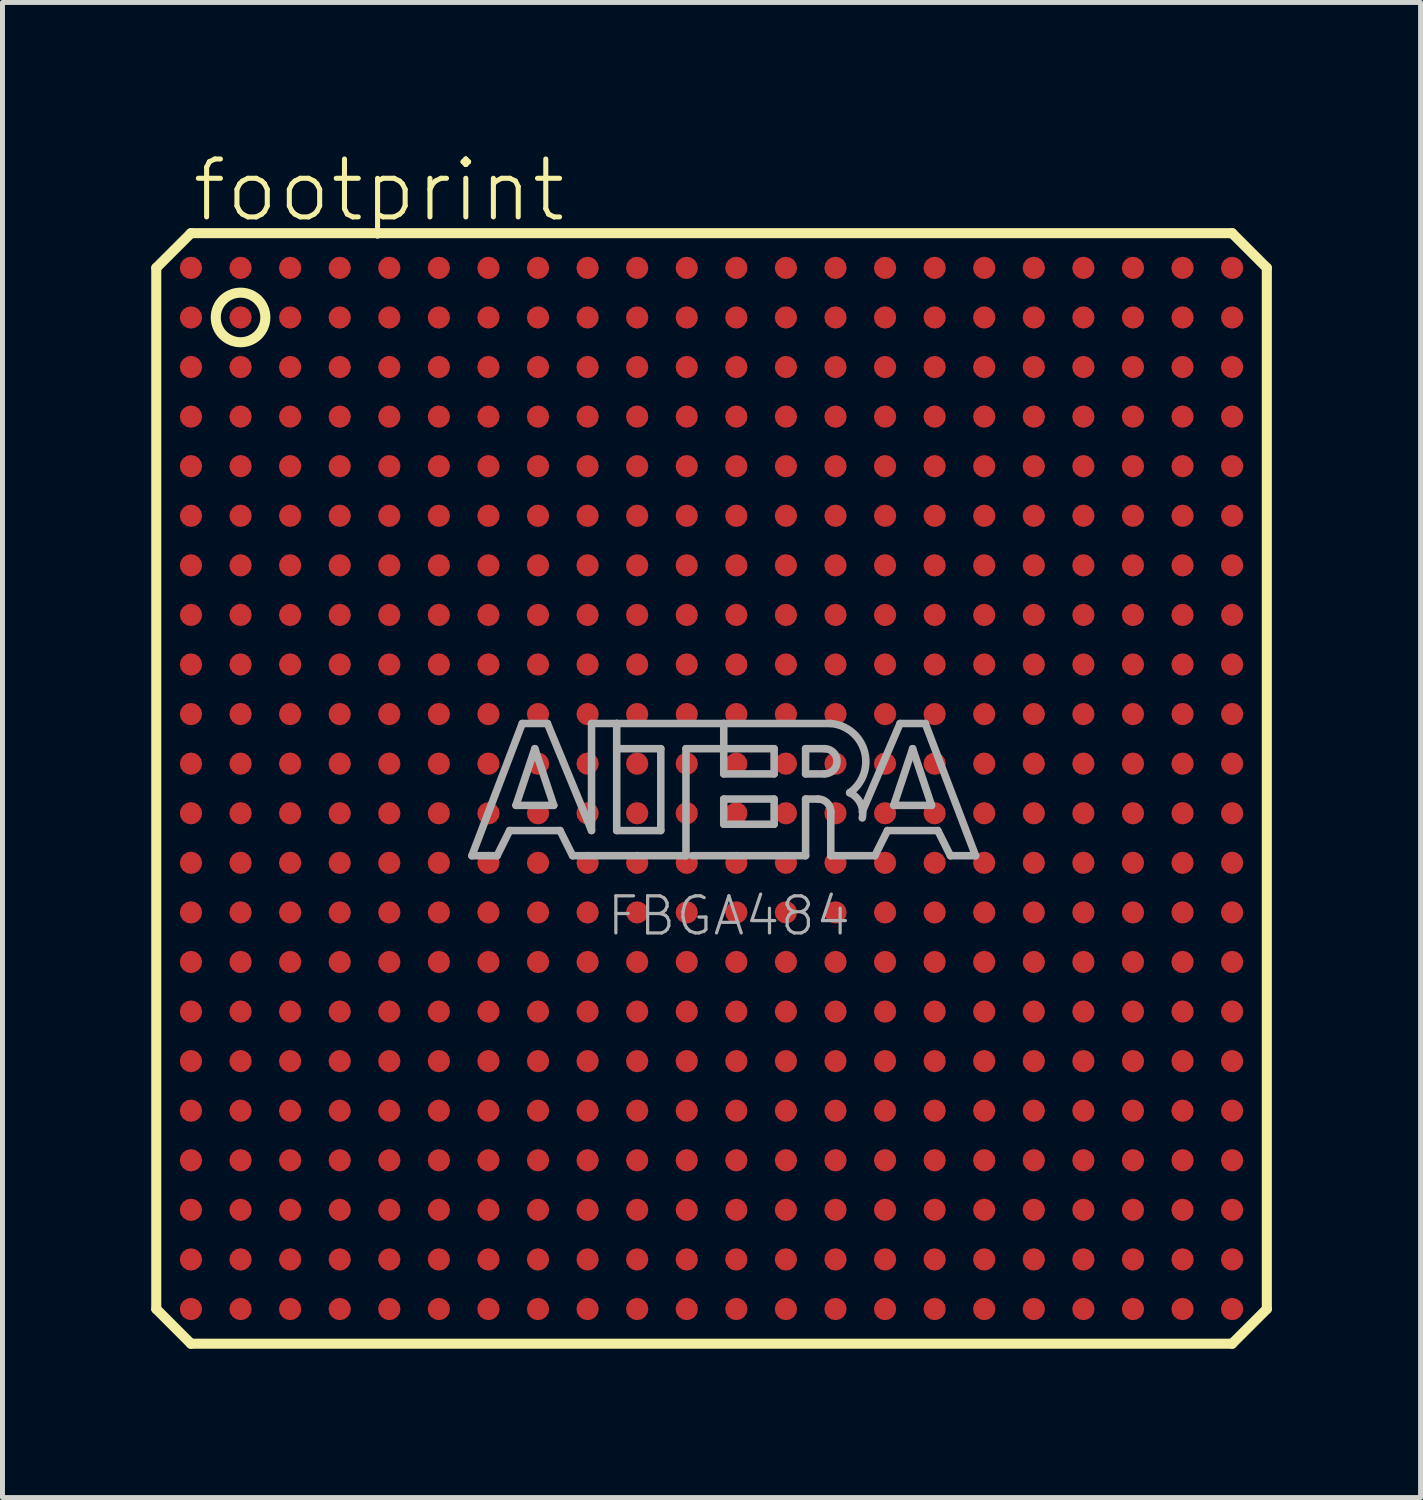
<source format=kicad_pcb>
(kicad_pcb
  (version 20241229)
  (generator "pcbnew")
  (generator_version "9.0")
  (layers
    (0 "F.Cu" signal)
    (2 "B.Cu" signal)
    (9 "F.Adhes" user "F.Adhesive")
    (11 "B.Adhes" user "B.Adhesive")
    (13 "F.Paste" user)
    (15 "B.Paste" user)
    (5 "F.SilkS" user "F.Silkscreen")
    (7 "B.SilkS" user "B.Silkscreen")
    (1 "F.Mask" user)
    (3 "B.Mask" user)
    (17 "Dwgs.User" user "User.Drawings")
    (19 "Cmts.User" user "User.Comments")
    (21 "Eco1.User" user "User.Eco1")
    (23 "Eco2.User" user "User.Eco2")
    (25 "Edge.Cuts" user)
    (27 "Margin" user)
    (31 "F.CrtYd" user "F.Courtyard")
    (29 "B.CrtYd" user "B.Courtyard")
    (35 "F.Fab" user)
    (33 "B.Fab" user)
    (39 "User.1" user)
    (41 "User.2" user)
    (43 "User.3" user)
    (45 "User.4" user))
  (footprint "footprint"
    (layer "F.Cu")
    (at 11.302 12.853)
    (property "Reference" "footprint" (at -10.53 -11.38 0) (layer "F.SilkS") (effects (font (size 1.168 1.168) (thickness 0.102)) (justify left bottom)))
    (fp_line (start -11.2 -10.5) (end -11.2 10.5) (stroke (width 0.203) (type solid)) (layer "F.SilkS"))
    (fp_line (start -11.2 10.5) (end -10.5 11.2) (stroke (width 0.203) (type solid)) (layer "F.SilkS"))
    (fp_line (start -10.5 -11.2) (end -11.2 -10.5) (stroke (width 0.203) (type solid)) (layer "F.SilkS"))
    (fp_line (start -10.5 11.2) (end 10.5 11.2) (stroke (width 0.203) (type solid)) (layer "F.SilkS"))
    (fp_line (start 10.5 -11.2) (end -10.5 -11.2) (stroke (width 0.203) (type solid)) (layer "F.SilkS"))
    (fp_line (start 10.5 11.2) (end 11.2 10.5) (stroke (width 0.203) (type solid)) (layer "F.SilkS"))
    (fp_line (start 11.2 -10.5) (end 10.5 -11.2) (stroke (width 0.203) (type solid)) (layer "F.SilkS"))
    (fp_line (start 11.2 10.5) (end 11.2 -10.5) (stroke (width 0.203) (type solid)) (layer "F.SilkS"))
    (fp_circle (center -9.5 -9.5) (end -9 -9.5) (stroke (width 0.203) (type solid)) (fill no) (layer "F.SilkS"))
    (fp_line (start -4.834 1.357) (end -3.818 -1.31) (stroke (width 0.152) (type solid)) (layer "F.Fab"))
    (fp_line (start -4.326 1.357) (end -4.834 1.357) (stroke (width 0.152) (type solid)) (layer "F.Fab"))
    (fp_line (start -4.072 0.849) (end -4.326 1.357) (stroke (width 0.152) (type solid)) (layer "F.Fab"))
    (fp_line (start -3.945 0.341) (end -3.183 0.341) (stroke (width 0.152) (type solid)) (layer "F.Fab"))
    (fp_line (start -3.818 -1.31) (end -3.31 -1.31) (stroke (width 0.152) (type solid)) (layer "F.Fab"))
    (fp_line (start -3.564 -0.802) (end -3.945 0.341) (stroke (width 0.152) (type solid)) (layer "F.Fab"))
    (fp_line (start -3.31 -1.31) (end -2.421 0.849) (stroke (width 0.152) (type solid)) (layer "F.Fab"))
    (fp_line (start -3.183 0.341) (end -3.564 -0.802) (stroke (width 0.152) (type solid)) (layer "F.Fab"))
    (fp_line (start -3.056 0.849) (end -4.072 0.849) (stroke (width 0.152) (type solid)) (layer "F.Fab"))
    (fp_line (start -2.802 1.357) (end -3.056 0.849) (stroke (width 0.152) (type solid)) (layer "F.Fab"))
    (fp_line (start -2.421 -1.31) (end -1.913 -1.31) (stroke (width 0.152) (type solid)) (layer "F.Fab"))
    (fp_line (start -2.421 0.849) (end -2.421 -1.31) (stroke (width 0.152) (type solid)) (layer "F.Fab"))
    (fp_line (start -1.913 -1.31) (end -1.913 -0.802) (stroke (width 0.152) (type solid)) (layer "F.Fab"))
    (fp_line (start -1.913 -1.31) (end 0.246 -1.31) (stroke (width 0.152) (type solid)) (layer "F.Fab"))
    (fp_line (start -1.913 -0.802) (end -1.913 0.849) (stroke (width 0.152) (type solid)) (layer "F.Fab"))
    (fp_line (start -1.913 0.849) (end -1.024 0.849) (stroke (width 0.152) (type solid)) (layer "F.Fab"))
    (fp_line (start -1.024 -0.802) (end -1.913 -0.802) (stroke (width 0.152) (type solid)) (layer "F.Fab"))
    (fp_line (start -1.024 0.849) (end -1.024 -0.802) (stroke (width 0.152) (type solid)) (layer "F.Fab"))
    (fp_line (start -0.516 -0.802) (end -0.516 1.357) (stroke (width 0.152) (type solid)) (layer "F.Fab"))
    (fp_line (start -0.516 1.357) (end -2.802 1.357) (stroke (width 0.152) (type solid)) (layer "F.Fab"))
    (fp_line (start 0.246 -1.31) (end 0.246 -0.802) (stroke (width 0.152) (type solid)) (layer "F.Fab"))
    (fp_line (start 0.246 -1.31) (end 2.405 -1.31) (stroke (width 0.152) (type solid)) (layer "F.Fab"))
    (fp_line (start 0.246 -0.802) (end -0.516 -0.802) (stroke (width 0.152) (type solid)) (layer "F.Fab"))
    (fp_line (start 0.246 -0.802) (end 0.246 -0.294) (stroke (width 0.152) (type solid)) (layer "F.Fab"))
    (fp_line (start 0.246 -0.294) (end 1.262 -0.294) (stroke (width 0.152) (type solid)) (layer "F.Fab"))
    (fp_line (start 0.246 0.214) (end 1.262 0.214) (stroke (width 0.152) (type solid)) (layer "F.Fab"))
    (fp_line (start 0.246 0.722) (end 0.246 0.214) (stroke (width 0.152) (type solid)) (layer "F.Fab"))
    (fp_line (start 1.262 -0.802) (end 0.246 -0.802) (stroke (width 0.152) (type solid)) (layer "F.Fab"))
    (fp_line (start 1.262 -0.294) (end 1.262 -0.802) (stroke (width 0.152) (type solid)) (layer "F.Fab"))
    (fp_line (start 1.262 0.214) (end 1.262 0.722) (stroke (width 0.152) (type solid)) (layer "F.Fab"))
    (fp_line (start 1.262 0.722) (end 0.246 0.722) (stroke (width 0.152) (type solid)) (layer "F.Fab"))
    (fp_line (start 1.897 -0.802) (end 1.897 -0.294) (stroke (width 0.152) (type solid)) (layer "F.Fab"))
    (fp_line (start 1.897 -0.294) (end 2.278 -0.294) (stroke (width 0.152) (type solid)) (layer "F.Fab"))
    (fp_line (start 1.897 0.214) (end 1.897 1.357) (stroke (width 0.152) (type solid)) (layer "F.Fab"))
    (fp_line (start 1.897 0.214) (end 2.151 0.214) (stroke (width 0.152) (type solid)) (layer "F.Fab"))
    (fp_line (start 1.897 1.357) (end -0.389 1.357) (stroke (width 0.152) (type solid)) (layer "F.Fab"))
    (fp_line (start 2.278 -0.802) (end 1.897 -0.802) (stroke (width 0.152) (type solid)) (layer "F.Fab"))
    (fp_line (start 2.405 0.468) (end 2.405 1.357) (stroke (width 0.152) (type solid)) (layer "F.Fab"))
    (fp_line (start 2.405 1.357) (end 3.294 1.357) (stroke (width 0.152) (type solid)) (layer "F.Fab"))
    (fp_line (start 3.294 1.357) (end 3.548 0.849) (stroke (width 0.152) (type solid)) (layer "F.Fab"))
    (fp_line (start 3.548 0.849) (end 4.564 0.849) (stroke (width 0.152) (type solid)) (layer "F.Fab"))
    (fp_line (start 3.675 0.341) (end 4.056 -0.802) (stroke (width 0.152) (type solid)) (layer "F.Fab"))
    (fp_line (start 3.802 -1.31) (end 3.04 0.468) (stroke (width 0.152) (type solid)) (layer "F.Fab"))
    (fp_line (start 4.056 -0.802) (end 4.437 0.341) (stroke (width 0.152) (type solid)) (layer "F.Fab"))
    (fp_line (start 4.31 -1.31) (end 3.802 -1.31) (stroke (width 0.152) (type solid)) (layer "F.Fab"))
    (fp_line (start 4.437 0.341) (end 3.675 0.341) (stroke (width 0.152) (type solid)) (layer "F.Fab"))
    (fp_line (start 4.564 0.849) (end 4.818 1.357) (stroke (width 0.152) (type solid)) (layer "F.Fab"))
    (fp_line (start 4.818 1.357) (end 5.326 1.357) (stroke (width 0.152) (type solid)) (layer "F.Fab"))
    (fp_line (start 5.326 1.357) (end 4.31 -1.31) (stroke (width 0.152) (type solid)) (layer "F.Fab"))
    (fp_arc (start 2.151 0.214) (mid 2.330605 0.288395) (end 2.405 0.468) (stroke (width 0.1524) (type solid)) (layer "F.Fab"))
    (fp_arc (start 2.278 -0.802) (mid 2.532 -0.548) (end 2.278 -0.294) (stroke (width 0.1524) (type solid)) (layer "F.Fab"))
    (fp_arc (start 2.405 -1.31) (mid 3.084953 -0.744769) (end 2.786098 0.087401) (stroke (width 0.1524) (type solid)) (layer "F.Fab"))
    (fp_arc (start 2.7861 0.0871) (mid 3.002081 0.296587) (end 3.039799 0.5951) (stroke (width 0.1524) (type solid)) (layer "F.Fab"))
    (fp_text user "FBGA484" (at -2.151 3.009 0) (layer "F.Fab") (effects (font (size 0.748 0.748) (thickness 0.065)) (justify left bottom)))
    (pad "A1" smd roundrect (at -10.5 -10.5) (size 0.45 0.45) (layers "F.Cu" "F.Mask" "F.Paste") (roundrect_rratio 0.5))
    (pad "A2" smd roundrect (at -9.5 -10.5) (size 0.45 0.45) (layers "F.Cu" "F.Mask" "F.Paste") (roundrect_rratio 0.5))
    (pad "A3" smd roundrect (at -8.5 -10.5) (size 0.45 0.45) (layers "F.Cu" "F.Mask" "F.Paste") (roundrect_rratio 0.5))
    (pad "A4" smd roundrect (at -7.5 -10.5) (size 0.45 0.45) (layers "F.Cu" "F.Mask" "F.Paste") (roundrect_rratio 0.5))
    (pad "A5" smd roundrect (at -6.5 -10.5) (size 0.45 0.45) (layers "F.Cu" "F.Mask" "F.Paste") (roundrect_rratio 0.5))
    (pad "A6" smd roundrect (at -5.5 -10.5) (size 0.45 0.45) (layers "F.Cu" "F.Mask" "F.Paste") (roundrect_rratio 0.5))
    (pad "A7" smd roundrect (at -4.5 -10.5) (size 0.45 0.45) (layers "F.Cu" "F.Mask" "F.Paste") (roundrect_rratio 0.5))
    (pad "A8" smd roundrect (at -3.5 -10.5) (size 0.45 0.45) (layers "F.Cu" "F.Mask" "F.Paste") (roundrect_rratio 0.5))
    (pad "A9" smd roundrect (at -2.5 -10.5) (size 0.45 0.45) (layers "F.Cu" "F.Mask" "F.Paste") (roundrect_rratio 0.5))
    (pad "A10" smd roundrect (at -1.5 -10.5) (size 0.45 0.45) (layers "F.Cu" "F.Mask" "F.Paste") (roundrect_rratio 0.5))
    (pad "A11" smd roundrect (at -0.5 -10.5) (size 0.45 0.45) (layers "F.Cu" "F.Mask" "F.Paste") (roundrect_rratio 0.5))
    (pad "A12" smd roundrect (at 0.5 -10.5) (size 0.45 0.45) (layers "F.Cu" "F.Mask" "F.Paste") (roundrect_rratio 0.5))
    (pad "A13" smd roundrect (at 1.5 -10.5) (size 0.45 0.45) (layers "F.Cu" "F.Mask" "F.Paste") (roundrect_rratio 0.5))
    (pad "A14" smd roundrect (at 2.5 -10.5) (size 0.45 0.45) (layers "F.Cu" "F.Mask" "F.Paste") (roundrect_rratio 0.5))
    (pad "A15" smd roundrect (at 3.5 -10.5) (size 0.45 0.45) (layers "F.Cu" "F.Mask" "F.Paste") (roundrect_rratio 0.5))
    (pad "A16" smd roundrect (at 4.5 -10.5) (size 0.45 0.45) (layers "F.Cu" "F.Mask" "F.Paste") (roundrect_rratio 0.5))
    (pad "A17" smd roundrect (at 5.5 -10.5) (size 0.45 0.45) (layers "F.Cu" "F.Mask" "F.Paste") (roundrect_rratio 0.5))
    (pad "A18" smd roundrect (at 6.5 -10.5) (size 0.45 0.45) (layers "F.Cu" "F.Mask" "F.Paste") (roundrect_rratio 0.5))
    (pad "A19" smd roundrect (at 7.5 -10.5) (size 0.45 0.45) (layers "F.Cu" "F.Mask" "F.Paste") (roundrect_rratio 0.5))
    (pad "A20" smd roundrect (at 8.5 -10.5) (size 0.45 0.45) (layers "F.Cu" "F.Mask" "F.Paste") (roundrect_rratio 0.5))
    (pad "A21" smd roundrect (at 9.5 -10.5) (size 0.45 0.45) (layers "F.Cu" "F.Mask" "F.Paste") (roundrect_rratio 0.5))
    (pad "A22" smd roundrect (at 10.5 -10.5) (size 0.45 0.45) (layers "F.Cu" "F.Mask" "F.Paste") (roundrect_rratio 0.5))
    (pad "AA1" smd roundrect (at -10.5 9.5) (size 0.45 0.45) (layers "F.Cu" "F.Mask" "F.Paste") (roundrect_rratio 0.5))
    (pad "AA2" smd roundrect (at -9.5 9.5) (size 0.45 0.45) (layers "F.Cu" "F.Mask" "F.Paste") (roundrect_rratio 0.5))
    (pad "AA3" smd roundrect (at -8.5 9.5) (size 0.45 0.45) (layers "F.Cu" "F.Mask" "F.Paste") (roundrect_rratio 0.5))
    (pad "AA4" smd roundrect (at -7.5 9.5) (size 0.45 0.45) (layers "F.Cu" "F.Mask" "F.Paste") (roundrect_rratio 0.5))
    (pad "AA5" smd roundrect (at -6.5 9.5) (size 0.45 0.45) (layers "F.Cu" "F.Mask" "F.Paste") (roundrect_rratio 0.5))
    (pad "AA6" smd roundrect (at -5.5 9.5) (size 0.45 0.45) (layers "F.Cu" "F.Mask" "F.Paste") (roundrect_rratio 0.5))
    (pad "AA7" smd roundrect (at -4.5 9.5) (size 0.45 0.45) (layers "F.Cu" "F.Mask" "F.Paste") (roundrect_rratio 0.5))
    (pad "AA8" smd roundrect (at -3.5 9.5) (size 0.45 0.45) (layers "F.Cu" "F.Mask" "F.Paste") (roundrect_rratio 0.5))
    (pad "AA9" smd roundrect (at -2.5 9.5) (size 0.45 0.45) (layers "F.Cu" "F.Mask" "F.Paste") (roundrect_rratio 0.5))
    (pad "AA10" smd roundrect (at -1.5 9.5) (size 0.45 0.45) (layers "F.Cu" "F.Mask" "F.Paste") (roundrect_rratio 0.5))
    (pad "AA11" smd roundrect (at -0.5 9.5) (size 0.45 0.45) (layers "F.Cu" "F.Mask" "F.Paste") (roundrect_rratio 0.5))
    (pad "AA12" smd roundrect (at 0.5 9.5) (size 0.45 0.45) (layers "F.Cu" "F.Mask" "F.Paste") (roundrect_rratio 0.5))
    (pad "AA13" smd roundrect (at 1.5 9.5) (size 0.45 0.45) (layers "F.Cu" "F.Mask" "F.Paste") (roundrect_rratio 0.5))
    (pad "AA14" smd roundrect (at 2.5 9.5) (size 0.45 0.45) (layers "F.Cu" "F.Mask" "F.Paste") (roundrect_rratio 0.5))
    (pad "AA15" smd roundrect (at 3.5 9.5) (size 0.45 0.45) (layers "F.Cu" "F.Mask" "F.Paste") (roundrect_rratio 0.5))
    (pad "AA16" smd roundrect (at 4.5 9.5) (size 0.45 0.45) (layers "F.Cu" "F.Mask" "F.Paste") (roundrect_rratio 0.5))
    (pad "AA17" smd roundrect (at 5.5 9.5) (size 0.45 0.45) (layers "F.Cu" "F.Mask" "F.Paste") (roundrect_rratio 0.5))
    (pad "AA18" smd roundrect (at 6.5 9.5) (size 0.45 0.45) (layers "F.Cu" "F.Mask" "F.Paste") (roundrect_rratio 0.5))
    (pad "AA19" smd roundrect (at 7.5 9.5) (size 0.45 0.45) (layers "F.Cu" "F.Mask" "F.Paste") (roundrect_rratio 0.5))
    (pad "AA20" smd roundrect (at 8.5 9.5) (size 0.45 0.45) (layers "F.Cu" "F.Mask" "F.Paste") (roundrect_rratio 0.5))
    (pad "AA21" smd roundrect (at 9.5 9.5) (size 0.45 0.45) (layers "F.Cu" "F.Mask" "F.Paste") (roundrect_rratio 0.5))
    (pad "AA22" smd roundrect (at 10.5 9.5) (size 0.45 0.45) (layers "F.Cu" "F.Mask" "F.Paste") (roundrect_rratio 0.5))
    (pad "AB1" smd roundrect (at -10.5 10.5) (size 0.45 0.45) (layers "F.Cu" "F.Mask" "F.Paste") (roundrect_rratio 0.5))
    (pad "AB2" smd roundrect (at -9.5 10.5) (size 0.45 0.45) (layers "F.Cu" "F.Mask" "F.Paste") (roundrect_rratio 0.5))
    (pad "AB3" smd roundrect (at -8.5 10.5) (size 0.45 0.45) (layers "F.Cu" "F.Mask" "F.Paste") (roundrect_rratio 0.5))
    (pad "AB4" smd roundrect (at -7.5 10.5) (size 0.45 0.45) (layers "F.Cu" "F.Mask" "F.Paste") (roundrect_rratio 0.5))
    (pad "AB5" smd roundrect (at -6.5 10.5) (size 0.45 0.45) (layers "F.Cu" "F.Mask" "F.Paste") (roundrect_rratio 0.5))
    (pad "AB6" smd roundrect (at -5.5 10.5) (size 0.45 0.45) (layers "F.Cu" "F.Mask" "F.Paste") (roundrect_rratio 0.5))
    (pad "AB7" smd roundrect (at -4.5 10.5) (size 0.45 0.45) (layers "F.Cu" "F.Mask" "F.Paste") (roundrect_rratio 0.5))
    (pad "AB8" smd roundrect (at -3.5 10.5) (size 0.45 0.45) (layers "F.Cu" "F.Mask" "F.Paste") (roundrect_rratio 0.5))
    (pad "AB9" smd roundrect (at -2.5 10.5) (size 0.45 0.45) (layers "F.Cu" "F.Mask" "F.Paste") (roundrect_rratio 0.5))
    (pad "AB10" smd roundrect (at -1.5 10.5) (size 0.45 0.45) (layers "F.Cu" "F.Mask" "F.Paste") (roundrect_rratio 0.5))
    (pad "AB11" smd roundrect (at -0.5 10.5) (size 0.45 0.45) (layers "F.Cu" "F.Mask" "F.Paste") (roundrect_rratio 0.5))
    (pad "AB12" smd roundrect (at 0.5 10.5) (size 0.45 0.45) (layers "F.Cu" "F.Mask" "F.Paste") (roundrect_rratio 0.5))
    (pad "AB13" smd roundrect (at 1.5 10.5) (size 0.45 0.45) (layers "F.Cu" "F.Mask" "F.Paste") (roundrect_rratio 0.5))
    (pad "AB14" smd roundrect (at 2.5 10.5) (size 0.45 0.45) (layers "F.Cu" "F.Mask" "F.Paste") (roundrect_rratio 0.5))
    (pad "AB15" smd roundrect (at 3.5 10.5) (size 0.45 0.45) (layers "F.Cu" "F.Mask" "F.Paste") (roundrect_rratio 0.5))
    (pad "AB16" smd roundrect (at 4.5 10.5) (size 0.45 0.45) (layers "F.Cu" "F.Mask" "F.Paste") (roundrect_rratio 0.5))
    (pad "AB17" smd roundrect (at 5.5 10.5) (size 0.45 0.45) (layers "F.Cu" "F.Mask" "F.Paste") (roundrect_rratio 0.5))
    (pad "AB18" smd roundrect (at 6.5 10.5) (size 0.45 0.45) (layers "F.Cu" "F.Mask" "F.Paste") (roundrect_rratio 0.5))
    (pad "AB19" smd roundrect (at 7.5 10.5) (size 0.45 0.45) (layers "F.Cu" "F.Mask" "F.Paste") (roundrect_rratio 0.5))
    (pad "AB20" smd roundrect (at 8.5 10.5) (size 0.45 0.45) (layers "F.Cu" "F.Mask" "F.Paste") (roundrect_rratio 0.5))
    (pad "AB21" smd roundrect (at 9.5 10.5) (size 0.45 0.45) (layers "F.Cu" "F.Mask" "F.Paste") (roundrect_rratio 0.5))
    (pad "AB22" smd roundrect (at 10.5 10.5) (size 0.45 0.45) (layers "F.Cu" "F.Mask" "F.Paste") (roundrect_rratio 0.5))
    (pad "B1" smd roundrect (at -10.5 -9.5) (size 0.45 0.45) (layers "F.Cu" "F.Mask" "F.Paste") (roundrect_rratio 0.5))
    (pad "B2" smd roundrect (at -9.5 -9.5) (size 0.45 0.45) (layers "F.Cu" "F.Mask" "F.Paste") (roundrect_rratio 0.5))
    (pad "B3" smd roundrect (at -8.5 -9.5) (size 0.45 0.45) (layers "F.Cu" "F.Mask" "F.Paste") (roundrect_rratio 0.5))
    (pad "B4" smd roundrect (at -7.5 -9.5) (size 0.45 0.45) (layers "F.Cu" "F.Mask" "F.Paste") (roundrect_rratio 0.5))
    (pad "B5" smd roundrect (at -6.5 -9.5) (size 0.45 0.45) (layers "F.Cu" "F.Mask" "F.Paste") (roundrect_rratio 0.5))
    (pad "B6" smd roundrect (at -5.5 -9.5) (size 0.45 0.45) (layers "F.Cu" "F.Mask" "F.Paste") (roundrect_rratio 0.5))
    (pad "B7" smd roundrect (at -4.5 -9.5) (size 0.45 0.45) (layers "F.Cu" "F.Mask" "F.Paste") (roundrect_rratio 0.5))
    (pad "B8" smd roundrect (at -3.5 -9.5) (size 0.45 0.45) (layers "F.Cu" "F.Mask" "F.Paste") (roundrect_rratio 0.5))
    (pad "B9" smd roundrect (at -2.5 -9.5) (size 0.45 0.45) (layers "F.Cu" "F.Mask" "F.Paste") (roundrect_rratio 0.5))
    (pad "B10" smd roundrect (at -1.5 -9.5) (size 0.45 0.45) (layers "F.Cu" "F.Mask" "F.Paste") (roundrect_rratio 0.5))
    (pad "B11" smd roundrect (at -0.5 -9.5) (size 0.45 0.45) (layers "F.Cu" "F.Mask" "F.Paste") (roundrect_rratio 0.5))
    (pad "B12" smd roundrect (at 0.5 -9.5) (size 0.45 0.45) (layers "F.Cu" "F.Mask" "F.Paste") (roundrect_rratio 0.5))
    (pad "B13" smd roundrect (at 1.5 -9.5) (size 0.45 0.45) (layers "F.Cu" "F.Mask" "F.Paste") (roundrect_rratio 0.5))
    (pad "B14" smd roundrect (at 2.5 -9.5) (size 0.45 0.45) (layers "F.Cu" "F.Mask" "F.Paste") (roundrect_rratio 0.5))
    (pad "B15" smd roundrect (at 3.5 -9.5) (size 0.45 0.45) (layers "F.Cu" "F.Mask" "F.Paste") (roundrect_rratio 0.5))
    (pad "B16" smd roundrect (at 4.5 -9.5) (size 0.45 0.45) (layers "F.Cu" "F.Mask" "F.Paste") (roundrect_rratio 0.5))
    (pad "B17" smd roundrect (at 5.5 -9.5) (size 0.45 0.45) (layers "F.Cu" "F.Mask" "F.Paste") (roundrect_rratio 0.5))
    (pad "B18" smd roundrect (at 6.5 -9.5) (size 0.45 0.45) (layers "F.Cu" "F.Mask" "F.Paste") (roundrect_rratio 0.5))
    (pad "B19" smd roundrect (at 7.5 -9.5) (size 0.45 0.45) (layers "F.Cu" "F.Mask" "F.Paste") (roundrect_rratio 0.5))
    (pad "B20" smd roundrect (at 8.5 -9.5) (size 0.45 0.45) (layers "F.Cu" "F.Mask" "F.Paste") (roundrect_rratio 0.5))
    (pad "B21" smd roundrect (at 9.5 -9.5) (size 0.45 0.45) (layers "F.Cu" "F.Mask" "F.Paste") (roundrect_rratio 0.5))
    (pad "B22" smd roundrect (at 10.5 -9.5) (size 0.45 0.45) (layers "F.Cu" "F.Mask" "F.Paste") (roundrect_rratio 0.5))
    (pad "C1" smd roundrect (at -10.5 -8.5) (size 0.45 0.45) (layers "F.Cu" "F.Mask" "F.Paste") (roundrect_rratio 0.5))
    (pad "C2" smd roundrect (at -9.5 -8.5) (size 0.45 0.45) (layers "F.Cu" "F.Mask" "F.Paste") (roundrect_rratio 0.5))
    (pad "C3" smd roundrect (at -8.5 -8.5) (size 0.45 0.45) (layers "F.Cu" "F.Mask" "F.Paste") (roundrect_rratio 0.5))
    (pad "C4" smd roundrect (at -7.5 -8.5) (size 0.45 0.45) (layers "F.Cu" "F.Mask" "F.Paste") (roundrect_rratio 0.5))
    (pad "C5" smd roundrect (at -6.5 -8.5) (size 0.45 0.45) (layers "F.Cu" "F.Mask" "F.Paste") (roundrect_rratio 0.5))
    (pad "C6" smd roundrect (at -5.5 -8.5) (size 0.45 0.45) (layers "F.Cu" "F.Mask" "F.Paste") (roundrect_rratio 0.5))
    (pad "C7" smd roundrect (at -4.5 -8.5) (size 0.45 0.45) (layers "F.Cu" "F.Mask" "F.Paste") (roundrect_rratio 0.5))
    (pad "C8" smd roundrect (at -3.5 -8.5) (size 0.45 0.45) (layers "F.Cu" "F.Mask" "F.Paste") (roundrect_rratio 0.5))
    (pad "C9" smd roundrect (at -2.5 -8.5) (size 0.45 0.45) (layers "F.Cu" "F.Mask" "F.Paste") (roundrect_rratio 0.5))
    (pad "C10" smd roundrect (at -1.5 -8.5) (size 0.45 0.45) (layers "F.Cu" "F.Mask" "F.Paste") (roundrect_rratio 0.5))
    (pad "C11" smd roundrect (at -0.5 -8.5) (size 0.45 0.45) (layers "F.Cu" "F.Mask" "F.Paste") (roundrect_rratio 0.5))
    (pad "C12" smd roundrect (at 0.5 -8.5) (size 0.45 0.45) (layers "F.Cu" "F.Mask" "F.Paste") (roundrect_rratio 0.5))
    (pad "C13" smd roundrect (at 1.5 -8.5) (size 0.45 0.45) (layers "F.Cu" "F.Mask" "F.Paste") (roundrect_rratio 0.5))
    (pad "C14" smd roundrect (at 2.5 -8.5) (size 0.45 0.45) (layers "F.Cu" "F.Mask" "F.Paste") (roundrect_rratio 0.5))
    (pad "C15" smd roundrect (at 3.5 -8.5) (size 0.45 0.45) (layers "F.Cu" "F.Mask" "F.Paste") (roundrect_rratio 0.5))
    (pad "C16" smd roundrect (at 4.5 -8.5) (size 0.45 0.45) (layers "F.Cu" "F.Mask" "F.Paste") (roundrect_rratio 0.5))
    (pad "C17" smd roundrect (at 5.5 -8.5) (size 0.45 0.45) (layers "F.Cu" "F.Mask" "F.Paste") (roundrect_rratio 0.5))
    (pad "C18" smd roundrect (at 6.5 -8.5) (size 0.45 0.45) (layers "F.Cu" "F.Mask" "F.Paste") (roundrect_rratio 0.5))
    (pad "C19" smd roundrect (at 7.5 -8.5) (size 0.45 0.45) (layers "F.Cu" "F.Mask" "F.Paste") (roundrect_rratio 0.5))
    (pad "C20" smd roundrect (at 8.5 -8.5) (size 0.45 0.45) (layers "F.Cu" "F.Mask" "F.Paste") (roundrect_rratio 0.5))
    (pad "C21" smd roundrect (at 9.5 -8.5) (size 0.45 0.45) (layers "F.Cu" "F.Mask" "F.Paste") (roundrect_rratio 0.5))
    (pad "C22" smd roundrect (at 10.5 -8.5) (size 0.45 0.45) (layers "F.Cu" "F.Mask" "F.Paste") (roundrect_rratio 0.5))
    (pad "D1" smd roundrect (at -10.5 -7.5) (size 0.45 0.45) (layers "F.Cu" "F.Mask" "F.Paste") (roundrect_rratio 0.5))
    (pad "D2" smd roundrect (at -9.5 -7.5) (size 0.45 0.45) (layers "F.Cu" "F.Mask" "F.Paste") (roundrect_rratio 0.5))
    (pad "D3" smd roundrect (at -8.5 -7.5) (size 0.45 0.45) (layers "F.Cu" "F.Mask" "F.Paste") (roundrect_rratio 0.5))
    (pad "D4" smd roundrect (at -7.5 -7.5) (size 0.45 0.45) (layers "F.Cu" "F.Mask" "F.Paste") (roundrect_rratio 0.5))
    (pad "D5" smd roundrect (at -6.5 -7.5) (size 0.45 0.45) (layers "F.Cu" "F.Mask" "F.Paste") (roundrect_rratio 0.5))
    (pad "D6" smd roundrect (at -5.5 -7.5) (size 0.45 0.45) (layers "F.Cu" "F.Mask" "F.Paste") (roundrect_rratio 0.5))
    (pad "D7" smd roundrect (at -4.5 -7.5) (size 0.45 0.45) (layers "F.Cu" "F.Mask" "F.Paste") (roundrect_rratio 0.5))
    (pad "D8" smd roundrect (at -3.5 -7.5) (size 0.45 0.45) (layers "F.Cu" "F.Mask" "F.Paste") (roundrect_rratio 0.5))
    (pad "D9" smd roundrect (at -2.5 -7.5) (size 0.45 0.45) (layers "F.Cu" "F.Mask" "F.Paste") (roundrect_rratio 0.5))
    (pad "D10" smd roundrect (at -1.5 -7.5) (size 0.45 0.45) (layers "F.Cu" "F.Mask" "F.Paste") (roundrect_rratio 0.5))
    (pad "D11" smd roundrect (at -0.5 -7.5) (size 0.45 0.45) (layers "F.Cu" "F.Mask" "F.Paste") (roundrect_rratio 0.5))
    (pad "D12" smd roundrect (at 0.5 -7.5) (size 0.45 0.45) (layers "F.Cu" "F.Mask" "F.Paste") (roundrect_rratio 0.5))
    (pad "D13" smd roundrect (at 1.5 -7.5) (size 0.45 0.45) (layers "F.Cu" "F.Mask" "F.Paste") (roundrect_rratio 0.5))
    (pad "D14" smd roundrect (at 2.5 -7.5) (size 0.45 0.45) (layers "F.Cu" "F.Mask" "F.Paste") (roundrect_rratio 0.5))
    (pad "D15" smd roundrect (at 3.5 -7.5) (size 0.45 0.45) (layers "F.Cu" "F.Mask" "F.Paste") (roundrect_rratio 0.5))
    (pad "D16" smd roundrect (at 4.5 -7.5) (size 0.45 0.45) (layers "F.Cu" "F.Mask" "F.Paste") (roundrect_rratio 0.5))
    (pad "D17" smd roundrect (at 5.5 -7.5) (size 0.45 0.45) (layers "F.Cu" "F.Mask" "F.Paste") (roundrect_rratio 0.5))
    (pad "D18" smd roundrect (at 6.5 -7.5) (size 0.45 0.45) (layers "F.Cu" "F.Mask" "F.Paste") (roundrect_rratio 0.5))
    (pad "D19" smd roundrect (at 7.5 -7.5) (size 0.45 0.45) (layers "F.Cu" "F.Mask" "F.Paste") (roundrect_rratio 0.5))
    (pad "D20" smd roundrect (at 8.5 -7.5) (size 0.45 0.45) (layers "F.Cu" "F.Mask" "F.Paste") (roundrect_rratio 0.5))
    (pad "D21" smd roundrect (at 9.5 -7.5) (size 0.45 0.45) (layers "F.Cu" "F.Mask" "F.Paste") (roundrect_rratio 0.5))
    (pad "D22" smd roundrect (at 10.5 -7.5) (size 0.45 0.45) (layers "F.Cu" "F.Mask" "F.Paste") (roundrect_rratio 0.5))
    (pad "E1" smd roundrect (at -10.5 -6.5) (size 0.45 0.45) (layers "F.Cu" "F.Mask" "F.Paste") (roundrect_rratio 0.5))
    (pad "E2" smd roundrect (at -9.5 -6.5) (size 0.45 0.45) (layers "F.Cu" "F.Mask" "F.Paste") (roundrect_rratio 0.5))
    (pad "E3" smd roundrect (at -8.5 -6.5) (size 0.45 0.45) (layers "F.Cu" "F.Mask" "F.Paste") (roundrect_rratio 0.5))
    (pad "E4" smd roundrect (at -7.5 -6.5) (size 0.45 0.45) (layers "F.Cu" "F.Mask" "F.Paste") (roundrect_rratio 0.5))
    (pad "E5" smd roundrect (at -6.5 -6.5) (size 0.45 0.45) (layers "F.Cu" "F.Mask" "F.Paste") (roundrect_rratio 0.5))
    (pad "E6" smd roundrect (at -5.5 -6.5) (size 0.45 0.45) (layers "F.Cu" "F.Mask" "F.Paste") (roundrect_rratio 0.5))
    (pad "E7" smd roundrect (at -4.5 -6.5) (size 0.45 0.45) (layers "F.Cu" "F.Mask" "F.Paste") (roundrect_rratio 0.5))
    (pad "E8" smd roundrect (at -3.5 -6.5) (size 0.45 0.45) (layers "F.Cu" "F.Mask" "F.Paste") (roundrect_rratio 0.5))
    (pad "E9" smd roundrect (at -2.5 -6.5) (size 0.45 0.45) (layers "F.Cu" "F.Mask" "F.Paste") (roundrect_rratio 0.5))
    (pad "E10" smd roundrect (at -1.5 -6.5) (size 0.45 0.45) (layers "F.Cu" "F.Mask" "F.Paste") (roundrect_rratio 0.5))
    (pad "E11" smd roundrect (at -0.5 -6.5) (size 0.45 0.45) (layers "F.Cu" "F.Mask" "F.Paste") (roundrect_rratio 0.5))
    (pad "E12" smd roundrect (at 0.5 -6.5) (size 0.45 0.45) (layers "F.Cu" "F.Mask" "F.Paste") (roundrect_rratio 0.5))
    (pad "E13" smd roundrect (at 1.5 -6.5) (size 0.45 0.45) (layers "F.Cu" "F.Mask" "F.Paste") (roundrect_rratio 0.5))
    (pad "E14" smd roundrect (at 2.5 -6.5) (size 0.45 0.45) (layers "F.Cu" "F.Mask" "F.Paste") (roundrect_rratio 0.5))
    (pad "E15" smd roundrect (at 3.5 -6.5) (size 0.45 0.45) (layers "F.Cu" "F.Mask" "F.Paste") (roundrect_rratio 0.5))
    (pad "E16" smd roundrect (at 4.5 -6.5) (size 0.45 0.45) (layers "F.Cu" "F.Mask" "F.Paste") (roundrect_rratio 0.5))
    (pad "E17" smd roundrect (at 5.5 -6.5) (size 0.45 0.45) (layers "F.Cu" "F.Mask" "F.Paste") (roundrect_rratio 0.5))
    (pad "E18" smd roundrect (at 6.5 -6.5) (size 0.45 0.45) (layers "F.Cu" "F.Mask" "F.Paste") (roundrect_rratio 0.5))
    (pad "E19" smd roundrect (at 7.5 -6.5) (size 0.45 0.45) (layers "F.Cu" "F.Mask" "F.Paste") (roundrect_rratio 0.5))
    (pad "E20" smd roundrect (at 8.5 -6.5) (size 0.45 0.45) (layers "F.Cu" "F.Mask" "F.Paste") (roundrect_rratio 0.5))
    (pad "E21" smd roundrect (at 9.5 -6.5) (size 0.45 0.45) (layers "F.Cu" "F.Mask" "F.Paste") (roundrect_rratio 0.5))
    (pad "E22" smd roundrect (at 10.5 -6.5) (size 0.45 0.45) (layers "F.Cu" "F.Mask" "F.Paste") (roundrect_rratio 0.5))
    (pad "F1" smd roundrect (at -10.5 -5.5) (size 0.45 0.45) (layers "F.Cu" "F.Mask" "F.Paste") (roundrect_rratio 0.5))
    (pad "F2" smd roundrect (at -9.5 -5.5) (size 0.45 0.45) (layers "F.Cu" "F.Mask" "F.Paste") (roundrect_rratio 0.5))
    (pad "F3" smd roundrect (at -8.5 -5.5) (size 0.45 0.45) (layers "F.Cu" "F.Mask" "F.Paste") (roundrect_rratio 0.5))
    (pad "F4" smd roundrect (at -7.5 -5.5) (size 0.45 0.45) (layers "F.Cu" "F.Mask" "F.Paste") (roundrect_rratio 0.5))
    (pad "F5" smd roundrect (at -6.5 -5.5) (size 0.45 0.45) (layers "F.Cu" "F.Mask" "F.Paste") (roundrect_rratio 0.5))
    (pad "F6" smd roundrect (at -5.5 -5.5) (size 0.45 0.45) (layers "F.Cu" "F.Mask" "F.Paste") (roundrect_rratio 0.5))
    (pad "F7" smd roundrect (at -4.5 -5.5) (size 0.45 0.45) (layers "F.Cu" "F.Mask" "F.Paste") (roundrect_rratio 0.5))
    (pad "F8" smd roundrect (at -3.5 -5.5) (size 0.45 0.45) (layers "F.Cu" "F.Mask" "F.Paste") (roundrect_rratio 0.5))
    (pad "F9" smd roundrect (at -2.5 -5.5) (size 0.45 0.45) (layers "F.Cu" "F.Mask" "F.Paste") (roundrect_rratio 0.5))
    (pad "F10" smd roundrect (at -1.5 -5.5) (size 0.45 0.45) (layers "F.Cu" "F.Mask" "F.Paste") (roundrect_rratio 0.5))
    (pad "F11" smd roundrect (at -0.5 -5.5) (size 0.45 0.45) (layers "F.Cu" "F.Mask" "F.Paste") (roundrect_rratio 0.5))
    (pad "F12" smd roundrect (at 0.5 -5.5) (size 0.45 0.45) (layers "F.Cu" "F.Mask" "F.Paste") (roundrect_rratio 0.5))
    (pad "F13" smd roundrect (at 1.5 -5.5) (size 0.45 0.45) (layers "F.Cu" "F.Mask" "F.Paste") (roundrect_rratio 0.5))
    (pad "F14" smd roundrect (at 2.5 -5.5) (size 0.45 0.45) (layers "F.Cu" "F.Mask" "F.Paste") (roundrect_rratio 0.5))
    (pad "F15" smd roundrect (at 3.5 -5.5) (size 0.45 0.45) (layers "F.Cu" "F.Mask" "F.Paste") (roundrect_rratio 0.5))
    (pad "F16" smd roundrect (at 4.5 -5.5) (size 0.45 0.45) (layers "F.Cu" "F.Mask" "F.Paste") (roundrect_rratio 0.5))
    (pad "F17" smd roundrect (at 5.5 -5.5) (size 0.45 0.45) (layers "F.Cu" "F.Mask" "F.Paste") (roundrect_rratio 0.5))
    (pad "F18" smd roundrect (at 6.5 -5.5) (size 0.45 0.45) (layers "F.Cu" "F.Mask" "F.Paste") (roundrect_rratio 0.5))
    (pad "F19" smd roundrect (at 7.5 -5.5) (size 0.45 0.45) (layers "F.Cu" "F.Mask" "F.Paste") (roundrect_rratio 0.5))
    (pad "F20" smd roundrect (at 8.5 -5.5) (size 0.45 0.45) (layers "F.Cu" "F.Mask" "F.Paste") (roundrect_rratio 0.5))
    (pad "F21" smd roundrect (at 9.5 -5.5) (size 0.45 0.45) (layers "F.Cu" "F.Mask" "F.Paste") (roundrect_rratio 0.5))
    (pad "F22" smd roundrect (at 10.5 -5.5) (size 0.45 0.45) (layers "F.Cu" "F.Mask" "F.Paste") (roundrect_rratio 0.5))
    (pad "G1" smd roundrect (at -10.5 -4.5) (size 0.45 0.45) (layers "F.Cu" "F.Mask" "F.Paste") (roundrect_rratio 0.5))
    (pad "G2" smd roundrect (at -9.5 -4.5) (size 0.45 0.45) (layers "F.Cu" "F.Mask" "F.Paste") (roundrect_rratio 0.5))
    (pad "G3" smd roundrect (at -8.5 -4.5) (size 0.45 0.45) (layers "F.Cu" "F.Mask" "F.Paste") (roundrect_rratio 0.5))
    (pad "G4" smd roundrect (at -7.5 -4.5) (size 0.45 0.45) (layers "F.Cu" "F.Mask" "F.Paste") (roundrect_rratio 0.5))
    (pad "G5" smd roundrect (at -6.5 -4.5) (size 0.45 0.45) (layers "F.Cu" "F.Mask" "F.Paste") (roundrect_rratio 0.5))
    (pad "G6" smd roundrect (at -5.5 -4.5) (size 0.45 0.45) (layers "F.Cu" "F.Mask" "F.Paste") (roundrect_rratio 0.5))
    (pad "G7" smd roundrect (at -4.5 -4.5) (size 0.45 0.45) (layers "F.Cu" "F.Mask" "F.Paste") (roundrect_rratio 0.5))
    (pad "G8" smd roundrect (at -3.5 -4.5) (size 0.45 0.45) (layers "F.Cu" "F.Mask" "F.Paste") (roundrect_rratio 0.5))
    (pad "G9" smd roundrect (at -2.5 -4.5) (size 0.45 0.45) (layers "F.Cu" "F.Mask" "F.Paste") (roundrect_rratio 0.5))
    (pad "G10" smd roundrect (at -1.5 -4.5) (size 0.45 0.45) (layers "F.Cu" "F.Mask" "F.Paste") (roundrect_rratio 0.5))
    (pad "G11" smd roundrect (at -0.5 -4.5) (size 0.45 0.45) (layers "F.Cu" "F.Mask" "F.Paste") (roundrect_rratio 0.5))
    (pad "G12" smd roundrect (at 0.5 -4.5) (size 0.45 0.45) (layers "F.Cu" "F.Mask" "F.Paste") (roundrect_rratio 0.5))
    (pad "G13" smd roundrect (at 1.5 -4.5) (size 0.45 0.45) (layers "F.Cu" "F.Mask" "F.Paste") (roundrect_rratio 0.5))
    (pad "G14" smd roundrect (at 2.5 -4.5) (size 0.45 0.45) (layers "F.Cu" "F.Mask" "F.Paste") (roundrect_rratio 0.5))
    (pad "G15" smd roundrect (at 3.5 -4.5) (size 0.45 0.45) (layers "F.Cu" "F.Mask" "F.Paste") (roundrect_rratio 0.5))
    (pad "G16" smd roundrect (at 4.5 -4.5) (size 0.45 0.45) (layers "F.Cu" "F.Mask" "F.Paste") (roundrect_rratio 0.5))
    (pad "G17" smd roundrect (at 5.5 -4.5) (size 0.45 0.45) (layers "F.Cu" "F.Mask" "F.Paste") (roundrect_rratio 0.5))
    (pad "G18" smd roundrect (at 6.5 -4.5) (size 0.45 0.45) (layers "F.Cu" "F.Mask" "F.Paste") (roundrect_rratio 0.5))
    (pad "G19" smd roundrect (at 7.5 -4.5) (size 0.45 0.45) (layers "F.Cu" "F.Mask" "F.Paste") (roundrect_rratio 0.5))
    (pad "G20" smd roundrect (at 8.5 -4.5) (size 0.45 0.45) (layers "F.Cu" "F.Mask" "F.Paste") (roundrect_rratio 0.5))
    (pad "G21" smd roundrect (at 9.5 -4.5) (size 0.45 0.45) (layers "F.Cu" "F.Mask" "F.Paste") (roundrect_rratio 0.5))
    (pad "G22" smd roundrect (at 10.5 -4.5) (size 0.45 0.45) (layers "F.Cu" "F.Mask" "F.Paste") (roundrect_rratio 0.5))
    (pad "H1" smd roundrect (at -10.5 -3.5) (size 0.45 0.45) (layers "F.Cu" "F.Mask" "F.Paste") (roundrect_rratio 0.5))
    (pad "H2" smd roundrect (at -9.5 -3.5) (size 0.45 0.45) (layers "F.Cu" "F.Mask" "F.Paste") (roundrect_rratio 0.5))
    (pad "H3" smd roundrect (at -8.5 -3.5) (size 0.45 0.45) (layers "F.Cu" "F.Mask" "F.Paste") (roundrect_rratio 0.5))
    (pad "H4" smd roundrect (at -7.5 -3.5) (size 0.45 0.45) (layers "F.Cu" "F.Mask" "F.Paste") (roundrect_rratio 0.5))
    (pad "H5" smd roundrect (at -6.5 -3.5) (size 0.45 0.45) (layers "F.Cu" "F.Mask" "F.Paste") (roundrect_rratio 0.5))
    (pad "H6" smd roundrect (at -5.5 -3.5) (size 0.45 0.45) (layers "F.Cu" "F.Mask" "F.Paste") (roundrect_rratio 0.5))
    (pad "H7" smd roundrect (at -4.5 -3.5) (size 0.45 0.45) (layers "F.Cu" "F.Mask" "F.Paste") (roundrect_rratio 0.5))
    (pad "H8" smd roundrect (at -3.5 -3.5) (size 0.45 0.45) (layers "F.Cu" "F.Mask" "F.Paste") (roundrect_rratio 0.5))
    (pad "H9" smd roundrect (at -2.5 -3.5) (size 0.45 0.45) (layers "F.Cu" "F.Mask" "F.Paste") (roundrect_rratio 0.5))
    (pad "H10" smd roundrect (at -1.5 -3.5) (size 0.45 0.45) (layers "F.Cu" "F.Mask" "F.Paste") (roundrect_rratio 0.5))
    (pad "H11" smd roundrect (at -0.5 -3.5) (size 0.45 0.45) (layers "F.Cu" "F.Mask" "F.Paste") (roundrect_rratio 0.5))
    (pad "H12" smd roundrect (at 0.5 -3.5) (size 0.45 0.45) (layers "F.Cu" "F.Mask" "F.Paste") (roundrect_rratio 0.5))
    (pad "H13" smd roundrect (at 1.5 -3.5) (size 0.45 0.45) (layers "F.Cu" "F.Mask" "F.Paste") (roundrect_rratio 0.5))
    (pad "H14" smd roundrect (at 2.5 -3.5) (size 0.45 0.45) (layers "F.Cu" "F.Mask" "F.Paste") (roundrect_rratio 0.5))
    (pad "H15" smd roundrect (at 3.5 -3.5) (size 0.45 0.45) (layers "F.Cu" "F.Mask" "F.Paste") (roundrect_rratio 0.5))
    (pad "H16" smd roundrect (at 4.5 -3.5) (size 0.45 0.45) (layers "F.Cu" "F.Mask" "F.Paste") (roundrect_rratio 0.5))
    (pad "H17" smd roundrect (at 5.5 -3.5) (size 0.45 0.45) (layers "F.Cu" "F.Mask" "F.Paste") (roundrect_rratio 0.5))
    (pad "H18" smd roundrect (at 6.5 -3.5) (size 0.45 0.45) (layers "F.Cu" "F.Mask" "F.Paste") (roundrect_rratio 0.5))
    (pad "H19" smd roundrect (at 7.5 -3.5) (size 0.45 0.45) (layers "F.Cu" "F.Mask" "F.Paste") (roundrect_rratio 0.5))
    (pad "H20" smd roundrect (at 8.5 -3.5) (size 0.45 0.45) (layers "F.Cu" "F.Mask" "F.Paste") (roundrect_rratio 0.5))
    (pad "H21" smd roundrect (at 9.5 -3.5) (size 0.45 0.45) (layers "F.Cu" "F.Mask" "F.Paste") (roundrect_rratio 0.5))
    (pad "H22" smd roundrect (at 10.5 -3.5) (size 0.45 0.45) (layers "F.Cu" "F.Mask" "F.Paste") (roundrect_rratio 0.5))
    (pad "J1" smd roundrect (at -10.5 -2.5) (size 0.45 0.45) (layers "F.Cu" "F.Mask" "F.Paste") (roundrect_rratio 0.5))
    (pad "J2" smd roundrect (at -9.5 -2.5) (size 0.45 0.45) (layers "F.Cu" "F.Mask" "F.Paste") (roundrect_rratio 0.5))
    (pad "J3" smd roundrect (at -8.5 -2.5) (size 0.45 0.45) (layers "F.Cu" "F.Mask" "F.Paste") (roundrect_rratio 0.5))
    (pad "J4" smd roundrect (at -7.5 -2.5) (size 0.45 0.45) (layers "F.Cu" "F.Mask" "F.Paste") (roundrect_rratio 0.5))
    (pad "J5" smd roundrect (at -6.5 -2.5) (size 0.45 0.45) (layers "F.Cu" "F.Mask" "F.Paste") (roundrect_rratio 0.5))
    (pad "J6" smd roundrect (at -5.5 -2.5) (size 0.45 0.45) (layers "F.Cu" "F.Mask" "F.Paste") (roundrect_rratio 0.5))
    (pad "J7" smd roundrect (at -4.5 -2.5) (size 0.45 0.45) (layers "F.Cu" "F.Mask" "F.Paste") (roundrect_rratio 0.5))
    (pad "J8" smd roundrect (at -3.5 -2.5) (size 0.45 0.45) (layers "F.Cu" "F.Mask" "F.Paste") (roundrect_rratio 0.5))
    (pad "J9" smd roundrect (at -2.5 -2.5) (size 0.45 0.45) (layers "F.Cu" "F.Mask" "F.Paste") (roundrect_rratio 0.5))
    (pad "J10" smd roundrect (at -1.5 -2.5) (size 0.45 0.45) (layers "F.Cu" "F.Mask" "F.Paste") (roundrect_rratio 0.5))
    (pad "J11" smd roundrect (at -0.5 -2.5) (size 0.45 0.45) (layers "F.Cu" "F.Mask" "F.Paste") (roundrect_rratio 0.5))
    (pad "J12" smd roundrect (at 0.5 -2.5) (size 0.45 0.45) (layers "F.Cu" "F.Mask" "F.Paste") (roundrect_rratio 0.5))
    (pad "J13" smd roundrect (at 1.5 -2.5) (size 0.45 0.45) (layers "F.Cu" "F.Mask" "F.Paste") (roundrect_rratio 0.5))
    (pad "J14" smd roundrect (at 2.5 -2.5) (size 0.45 0.45) (layers "F.Cu" "F.Mask" "F.Paste") (roundrect_rratio 0.5))
    (pad "J15" smd roundrect (at 3.5 -2.5) (size 0.45 0.45) (layers "F.Cu" "F.Mask" "F.Paste") (roundrect_rratio 0.5))
    (pad "J16" smd roundrect (at 4.5 -2.5) (size 0.45 0.45) (layers "F.Cu" "F.Mask" "F.Paste") (roundrect_rratio 0.5))
    (pad "J17" smd roundrect (at 5.5 -2.5) (size 0.45 0.45) (layers "F.Cu" "F.Mask" "F.Paste") (roundrect_rratio 0.5))
    (pad "J18" smd roundrect (at 6.5 -2.5) (size 0.45 0.45) (layers "F.Cu" "F.Mask" "F.Paste") (roundrect_rratio 0.5))
    (pad "J19" smd roundrect (at 7.5 -2.5) (size 0.45 0.45) (layers "F.Cu" "F.Mask" "F.Paste") (roundrect_rratio 0.5))
    (pad "J20" smd roundrect (at 8.5 -2.5) (size 0.45 0.45) (layers "F.Cu" "F.Mask" "F.Paste") (roundrect_rratio 0.5))
    (pad "J21" smd roundrect (at 9.5 -2.5) (size 0.45 0.45) (layers "F.Cu" "F.Mask" "F.Paste") (roundrect_rratio 0.5))
    (pad "J22" smd roundrect (at 10.5 -2.5) (size 0.45 0.45) (layers "F.Cu" "F.Mask" "F.Paste") (roundrect_rratio 0.5))
    (pad "K1" smd roundrect (at -10.5 -1.5) (size 0.45 0.45) (layers "F.Cu" "F.Mask" "F.Paste") (roundrect_rratio 0.5))
    (pad "K2" smd roundrect (at -9.5 -1.5) (size 0.45 0.45) (layers "F.Cu" "F.Mask" "F.Paste") (roundrect_rratio 0.5))
    (pad "K3" smd roundrect (at -8.5 -1.5) (size 0.45 0.45) (layers "F.Cu" "F.Mask" "F.Paste") (roundrect_rratio 0.5))
    (pad "K4" smd roundrect (at -7.5 -1.5) (size 0.45 0.45) (layers "F.Cu" "F.Mask" "F.Paste") (roundrect_rratio 0.5))
    (pad "K5" smd roundrect (at -6.5 -1.5) (size 0.45 0.45) (layers "F.Cu" "F.Mask" "F.Paste") (roundrect_rratio 0.5))
    (pad "K6" smd roundrect (at -5.5 -1.5) (size 0.45 0.45) (layers "F.Cu" "F.Mask" "F.Paste") (roundrect_rratio 0.5))
    (pad "K7" smd roundrect (at -4.5 -1.5) (size 0.45 0.45) (layers "F.Cu" "F.Mask" "F.Paste") (roundrect_rratio 0.5))
    (pad "K8" smd roundrect (at -3.5 -1.5) (size 0.45 0.45) (layers "F.Cu" "F.Mask" "F.Paste") (roundrect_rratio 0.5))
    (pad "K9" smd roundrect (at -2.5 -1.5) (size 0.45 0.45) (layers "F.Cu" "F.Mask" "F.Paste") (roundrect_rratio 0.5))
    (pad "K10" smd roundrect (at -1.5 -1.5) (size 0.45 0.45) (layers "F.Cu" "F.Mask" "F.Paste") (roundrect_rratio 0.5))
    (pad "K11" smd roundrect (at -0.5 -1.5) (size 0.45 0.45) (layers "F.Cu" "F.Mask" "F.Paste") (roundrect_rratio 0.5))
    (pad "K12" smd roundrect (at 0.5 -1.5) (size 0.45 0.45) (layers "F.Cu" "F.Mask" "F.Paste") (roundrect_rratio 0.5))
    (pad "K13" smd roundrect (at 1.5 -1.5) (size 0.45 0.45) (layers "F.Cu" "F.Mask" "F.Paste") (roundrect_rratio 0.5))
    (pad "K14" smd roundrect (at 2.5 -1.5) (size 0.45 0.45) (layers "F.Cu" "F.Mask" "F.Paste") (roundrect_rratio 0.5))
    (pad "K15" smd roundrect (at 3.5 -1.5) (size 0.45 0.45) (layers "F.Cu" "F.Mask" "F.Paste") (roundrect_rratio 0.5))
    (pad "K16" smd roundrect (at 4.5 -1.5) (size 0.45 0.45) (layers "F.Cu" "F.Mask" "F.Paste") (roundrect_rratio 0.5))
    (pad "K17" smd roundrect (at 5.5 -1.5) (size 0.45 0.45) (layers "F.Cu" "F.Mask" "F.Paste") (roundrect_rratio 0.5))
    (pad "K18" smd roundrect (at 6.5 -1.5) (size 0.45 0.45) (layers "F.Cu" "F.Mask" "F.Paste") (roundrect_rratio 0.5))
    (pad "K19" smd roundrect (at 7.5 -1.5) (size 0.45 0.45) (layers "F.Cu" "F.Mask" "F.Paste") (roundrect_rratio 0.5))
    (pad "K20" smd roundrect (at 8.5 -1.5) (size 0.45 0.45) (layers "F.Cu" "F.Mask" "F.Paste") (roundrect_rratio 0.5))
    (pad "K21" smd roundrect (at 9.5 -1.5) (size 0.45 0.45) (layers "F.Cu" "F.Mask" "F.Paste") (roundrect_rratio 0.5))
    (pad "K22" smd roundrect (at 10.5 -1.5) (size 0.45 0.45) (layers "F.Cu" "F.Mask" "F.Paste") (roundrect_rratio 0.5))
    (pad "L1" smd roundrect (at -10.5 -0.5) (size 0.45 0.45) (layers "F.Cu" "F.Mask" "F.Paste") (roundrect_rratio 0.5))
    (pad "L2" smd roundrect (at -9.5 -0.5) (size 0.45 0.45) (layers "F.Cu" "F.Mask" "F.Paste") (roundrect_rratio 0.5))
    (pad "L3" smd roundrect (at -8.5 -0.5) (size 0.45 0.45) (layers "F.Cu" "F.Mask" "F.Paste") (roundrect_rratio 0.5))
    (pad "L4" smd roundrect (at -7.5 -0.5) (size 0.45 0.45) (layers "F.Cu" "F.Mask" "F.Paste") (roundrect_rratio 0.5))
    (pad "L5" smd roundrect (at -6.5 -0.5) (size 0.45 0.45) (layers "F.Cu" "F.Mask" "F.Paste") (roundrect_rratio 0.5))
    (pad "L6" smd roundrect (at -5.5 -0.5) (size 0.45 0.45) (layers "F.Cu" "F.Mask" "F.Paste") (roundrect_rratio 0.5))
    (pad "L7" smd roundrect (at -4.5 -0.5) (size 0.45 0.45) (layers "F.Cu" "F.Mask" "F.Paste") (roundrect_rratio 0.5))
    (pad "L8" smd roundrect (at -3.5 -0.5) (size 0.45 0.45) (layers "F.Cu" "F.Mask" "F.Paste") (roundrect_rratio 0.5))
    (pad "L9" smd roundrect (at -2.5 -0.5) (size 0.45 0.45) (layers "F.Cu" "F.Mask" "F.Paste") (roundrect_rratio 0.5))
    (pad "L10" smd roundrect (at -1.5 -0.5) (size 0.45 0.45) (layers "F.Cu" "F.Mask" "F.Paste") (roundrect_rratio 0.5))
    (pad "L11" smd roundrect (at -0.5 -0.5) (size 0.45 0.45) (layers "F.Cu" "F.Mask" "F.Paste") (roundrect_rratio 0.5))
    (pad "L12" smd roundrect (at 0.5 -0.5) (size 0.45 0.45) (layers "F.Cu" "F.Mask" "F.Paste") (roundrect_rratio 0.5))
    (pad "L13" smd roundrect (at 1.5 -0.5) (size 0.45 0.45) (layers "F.Cu" "F.Mask" "F.Paste") (roundrect_rratio 0.5))
    (pad "L14" smd roundrect (at 2.5 -0.5) (size 0.45 0.45) (layers "F.Cu" "F.Mask" "F.Paste") (roundrect_rratio 0.5))
    (pad "L15" smd roundrect (at 3.5 -0.5) (size 0.45 0.45) (layers "F.Cu" "F.Mask" "F.Paste") (roundrect_rratio 0.5))
    (pad "L16" smd roundrect (at 4.5 -0.5) (size 0.45 0.45) (layers "F.Cu" "F.Mask" "F.Paste") (roundrect_rratio 0.5))
    (pad "L17" smd roundrect (at 5.5 -0.5) (size 0.45 0.45) (layers "F.Cu" "F.Mask" "F.Paste") (roundrect_rratio 0.5))
    (pad "L18" smd roundrect (at 6.5 -0.5) (size 0.45 0.45) (layers "F.Cu" "F.Mask" "F.Paste") (roundrect_rratio 0.5))
    (pad "L19" smd roundrect (at 7.5 -0.5) (size 0.45 0.45) (layers "F.Cu" "F.Mask" "F.Paste") (roundrect_rratio 0.5))
    (pad "L20" smd roundrect (at 8.5 -0.5) (size 0.45 0.45) (layers "F.Cu" "F.Mask" "F.Paste") (roundrect_rratio 0.5))
    (pad "L21" smd roundrect (at 9.5 -0.5) (size 0.45 0.45) (layers "F.Cu" "F.Mask" "F.Paste") (roundrect_rratio 0.5))
    (pad "L22" smd roundrect (at 10.5 -0.5) (size 0.45 0.45) (layers "F.Cu" "F.Mask" "F.Paste") (roundrect_rratio 0.5))
    (pad "M1" smd roundrect (at -10.5 0.5) (size 0.45 0.45) (layers "F.Cu" "F.Mask" "F.Paste") (roundrect_rratio 0.5))
    (pad "M2" smd roundrect (at -9.5 0.5) (size 0.45 0.45) (layers "F.Cu" "F.Mask" "F.Paste") (roundrect_rratio 0.5))
    (pad "M3" smd roundrect (at -8.5 0.5) (size 0.45 0.45) (layers "F.Cu" "F.Mask" "F.Paste") (roundrect_rratio 0.5))
    (pad "M4" smd roundrect (at -7.5 0.5) (size 0.45 0.45) (layers "F.Cu" "F.Mask" "F.Paste") (roundrect_rratio 0.5))
    (pad "M5" smd roundrect (at -6.5 0.5) (size 0.45 0.45) (layers "F.Cu" "F.Mask" "F.Paste") (roundrect_rratio 0.5))
    (pad "M6" smd roundrect (at -5.5 0.5) (size 0.45 0.45) (layers "F.Cu" "F.Mask" "F.Paste") (roundrect_rratio 0.5))
    (pad "M7" smd roundrect (at -4.5 0.5) (size 0.45 0.45) (layers "F.Cu" "F.Mask" "F.Paste") (roundrect_rratio 0.5))
    (pad "M8" smd roundrect (at -3.5 0.5) (size 0.45 0.45) (layers "F.Cu" "F.Mask" "F.Paste") (roundrect_rratio 0.5))
    (pad "M9" smd roundrect (at -2.5 0.5) (size 0.45 0.45) (layers "F.Cu" "F.Mask" "F.Paste") (roundrect_rratio 0.5))
    (pad "M10" smd roundrect (at -1.5 0.5) (size 0.45 0.45) (layers "F.Cu" "F.Mask" "F.Paste") (roundrect_rratio 0.5))
    (pad "M11" smd roundrect (at -0.5 0.5) (size 0.45 0.45) (layers "F.Cu" "F.Mask" "F.Paste") (roundrect_rratio 0.5))
    (pad "M12" smd roundrect (at 0.5 0.5) (size 0.45 0.45) (layers "F.Cu" "F.Mask" "F.Paste") (roundrect_rratio 0.5))
    (pad "M13" smd roundrect (at 1.5 0.5) (size 0.45 0.45) (layers "F.Cu" "F.Mask" "F.Paste") (roundrect_rratio 0.5))
    (pad "M14" smd roundrect (at 2.5 0.5) (size 0.45 0.45) (layers "F.Cu" "F.Mask" "F.Paste") (roundrect_rratio 0.5))
    (pad "M15" smd roundrect (at 3.5 0.5) (size 0.45 0.45) (layers "F.Cu" "F.Mask" "F.Paste") (roundrect_rratio 0.5))
    (pad "M16" smd roundrect (at 4.5 0.5) (size 0.45 0.45) (layers "F.Cu" "F.Mask" "F.Paste") (roundrect_rratio 0.5))
    (pad "M17" smd roundrect (at 5.5 0.5) (size 0.45 0.45) (layers "F.Cu" "F.Mask" "F.Paste") (roundrect_rratio 0.5))
    (pad "M18" smd roundrect (at 6.5 0.5) (size 0.45 0.45) (layers "F.Cu" "F.Mask" "F.Paste") (roundrect_rratio 0.5))
    (pad "M19" smd roundrect (at 7.5 0.5) (size 0.45 0.45) (layers "F.Cu" "F.Mask" "F.Paste") (roundrect_rratio 0.5))
    (pad "M20" smd roundrect (at 8.5 0.5) (size 0.45 0.45) (layers "F.Cu" "F.Mask" "F.Paste") (roundrect_rratio 0.5))
    (pad "M21" smd roundrect (at 9.5 0.5) (size 0.45 0.45) (layers "F.Cu" "F.Mask" "F.Paste") (roundrect_rratio 0.5))
    (pad "M22" smd roundrect (at 10.5 0.5) (size 0.45 0.45) (layers "F.Cu" "F.Mask" "F.Paste") (roundrect_rratio 0.5))
    (pad "N1" smd roundrect (at -10.5 1.5) (size 0.45 0.45) (layers "F.Cu" "F.Mask" "F.Paste") (roundrect_rratio 0.5))
    (pad "N2" smd roundrect (at -9.5 1.5) (size 0.45 0.45) (layers "F.Cu" "F.Mask" "F.Paste") (roundrect_rratio 0.5))
    (pad "N3" smd roundrect (at -8.5 1.5) (size 0.45 0.45) (layers "F.Cu" "F.Mask" "F.Paste") (roundrect_rratio 0.5))
    (pad "N4" smd roundrect (at -7.5 1.5) (size 0.45 0.45) (layers "F.Cu" "F.Mask" "F.Paste") (roundrect_rratio 0.5))
    (pad "N5" smd roundrect (at -6.5 1.5) (size 0.45 0.45) (layers "F.Cu" "F.Mask" "F.Paste") (roundrect_rratio 0.5))
    (pad "N6" smd roundrect (at -5.5 1.5) (size 0.45 0.45) (layers "F.Cu" "F.Mask" "F.Paste") (roundrect_rratio 0.5))
    (pad "N7" smd roundrect (at -4.5 1.5) (size 0.45 0.45) (layers "F.Cu" "F.Mask" "F.Paste") (roundrect_rratio 0.5))
    (pad "N8" smd roundrect (at -3.5 1.5) (size 0.45 0.45) (layers "F.Cu" "F.Mask" "F.Paste") (roundrect_rratio 0.5))
    (pad "N9" smd roundrect (at -2.5 1.5) (size 0.45 0.45) (layers "F.Cu" "F.Mask" "F.Paste") (roundrect_rratio 0.5))
    (pad "N10" smd roundrect (at -1.5 1.5) (size 0.45 0.45) (layers "F.Cu" "F.Mask" "F.Paste") (roundrect_rratio 0.5))
    (pad "N11" smd roundrect (at -0.5 1.5) (size 0.45 0.45) (layers "F.Cu" "F.Mask" "F.Paste") (roundrect_rratio 0.5))
    (pad "N12" smd roundrect (at 0.5 1.5) (size 0.45 0.45) (layers "F.Cu" "F.Mask" "F.Paste") (roundrect_rratio 0.5))
    (pad "N13" smd roundrect (at 1.5 1.5) (size 0.45 0.45) (layers "F.Cu" "F.Mask" "F.Paste") (roundrect_rratio 0.5))
    (pad "N14" smd roundrect (at 2.5 1.5) (size 0.45 0.45) (layers "F.Cu" "F.Mask" "F.Paste") (roundrect_rratio 0.5))
    (pad "N15" smd roundrect (at 3.5 1.5) (size 0.45 0.45) (layers "F.Cu" "F.Mask" "F.Paste") (roundrect_rratio 0.5))
    (pad "N16" smd roundrect (at 4.5 1.5) (size 0.45 0.45) (layers "F.Cu" "F.Mask" "F.Paste") (roundrect_rratio 0.5))
    (pad "N17" smd roundrect (at 5.5 1.5) (size 0.45 0.45) (layers "F.Cu" "F.Mask" "F.Paste") (roundrect_rratio 0.5))
    (pad "N18" smd roundrect (at 6.5 1.5) (size 0.45 0.45) (layers "F.Cu" "F.Mask" "F.Paste") (roundrect_rratio 0.5))
    (pad "N19" smd roundrect (at 7.5 1.5) (size 0.45 0.45) (layers "F.Cu" "F.Mask" "F.Paste") (roundrect_rratio 0.5))
    (pad "N20" smd roundrect (at 8.5 1.5) (size 0.45 0.45) (layers "F.Cu" "F.Mask" "F.Paste") (roundrect_rratio 0.5))
    (pad "N21" smd roundrect (at 9.5 1.5) (size 0.45 0.45) (layers "F.Cu" "F.Mask" "F.Paste") (roundrect_rratio 0.5))
    (pad "N22" smd roundrect (at 10.5 1.5) (size 0.45 0.45) (layers "F.Cu" "F.Mask" "F.Paste") (roundrect_rratio 0.5))
    (pad "P1" smd roundrect (at -10.5 2.5) (size 0.45 0.45) (layers "F.Cu" "F.Mask" "F.Paste") (roundrect_rratio 0.5))
    (pad "P2" smd roundrect (at -9.5 2.5) (size 0.45 0.45) (layers "F.Cu" "F.Mask" "F.Paste") (roundrect_rratio 0.5))
    (pad "P3" smd roundrect (at -8.5 2.5) (size 0.45 0.45) (layers "F.Cu" "F.Mask" "F.Paste") (roundrect_rratio 0.5))
    (pad "P4" smd roundrect (at -7.5 2.5) (size 0.45 0.45) (layers "F.Cu" "F.Mask" "F.Paste") (roundrect_rratio 0.5))
    (pad "P5" smd roundrect (at -6.5 2.5) (size 0.45 0.45) (layers "F.Cu" "F.Mask" "F.Paste") (roundrect_rratio 0.5))
    (pad "P6" smd roundrect (at -5.5 2.5) (size 0.45 0.45) (layers "F.Cu" "F.Mask" "F.Paste") (roundrect_rratio 0.5))
    (pad "P7" smd roundrect (at -4.5 2.5) (size 0.45 0.45) (layers "F.Cu" "F.Mask" "F.Paste") (roundrect_rratio 0.5))
    (pad "P8" smd roundrect (at -3.5 2.5) (size 0.45 0.45) (layers "F.Cu" "F.Mask" "F.Paste") (roundrect_rratio 0.5))
    (pad "P9" smd roundrect (at -2.5 2.5) (size 0.45 0.45) (layers "F.Cu" "F.Mask" "F.Paste") (roundrect_rratio 0.5))
    (pad "P10" smd roundrect (at -1.5 2.5) (size 0.45 0.45) (layers "F.Cu" "F.Mask" "F.Paste") (roundrect_rratio 0.5))
    (pad "P11" smd roundrect (at -0.5 2.5) (size 0.45 0.45) (layers "F.Cu" "F.Mask" "F.Paste") (roundrect_rratio 0.5))
    (pad "P12" smd roundrect (at 0.5 2.5) (size 0.45 0.45) (layers "F.Cu" "F.Mask" "F.Paste") (roundrect_rratio 0.5))
    (pad "P13" smd roundrect (at 1.5 2.5) (size 0.45 0.45) (layers "F.Cu" "F.Mask" "F.Paste") (roundrect_rratio 0.5))
    (pad "P14" smd roundrect (at 2.5 2.5) (size 0.45 0.45) (layers "F.Cu" "F.Mask" "F.Paste") (roundrect_rratio 0.5))
    (pad "P15" smd roundrect (at 3.5 2.5) (size 0.45 0.45) (layers "F.Cu" "F.Mask" "F.Paste") (roundrect_rratio 0.5))
    (pad "P16" smd roundrect (at 4.5 2.5) (size 0.45 0.45) (layers "F.Cu" "F.Mask" "F.Paste") (roundrect_rratio 0.5))
    (pad "P17" smd roundrect (at 5.5 2.5) (size 0.45 0.45) (layers "F.Cu" "F.Mask" "F.Paste") (roundrect_rratio 0.5))
    (pad "P18" smd roundrect (at 6.5 2.5) (size 0.45 0.45) (layers "F.Cu" "F.Mask" "F.Paste") (roundrect_rratio 0.5))
    (pad "P19" smd roundrect (at 7.5 2.5) (size 0.45 0.45) (layers "F.Cu" "F.Mask" "F.Paste") (roundrect_rratio 0.5))
    (pad "P20" smd roundrect (at 8.5 2.5) (size 0.45 0.45) (layers "F.Cu" "F.Mask" "F.Paste") (roundrect_rratio 0.5))
    (pad "P21" smd roundrect (at 9.5 2.5) (size 0.45 0.45) (layers "F.Cu" "F.Mask" "F.Paste") (roundrect_rratio 0.5))
    (pad "P22" smd roundrect (at 10.5 2.5) (size 0.45 0.45) (layers "F.Cu" "F.Mask" "F.Paste") (roundrect_rratio 0.5))
    (pad "R1" smd roundrect (at -10.5 3.5) (size 0.45 0.45) (layers "F.Cu" "F.Mask" "F.Paste") (roundrect_rratio 0.5))
    (pad "R2" smd roundrect (at -9.5 3.5) (size 0.45 0.45) (layers "F.Cu" "F.Mask" "F.Paste") (roundrect_rratio 0.5))
    (pad "R3" smd roundrect (at -8.5 3.5) (size 0.45 0.45) (layers "F.Cu" "F.Mask" "F.Paste") (roundrect_rratio 0.5))
    (pad "R4" smd roundrect (at -7.5 3.5) (size 0.45 0.45) (layers "F.Cu" "F.Mask" "F.Paste") (roundrect_rratio 0.5))
    (pad "R5" smd roundrect (at -6.5 3.5) (size 0.45 0.45) (layers "F.Cu" "F.Mask" "F.Paste") (roundrect_rratio 0.5))
    (pad "R6" smd roundrect (at -5.5 3.5) (size 0.45 0.45) (layers "F.Cu" "F.Mask" "F.Paste") (roundrect_rratio 0.5))
    (pad "R7" smd roundrect (at -4.5 3.5) (size 0.45 0.45) (layers "F.Cu" "F.Mask" "F.Paste") (roundrect_rratio 0.5))
    (pad "R8" smd roundrect (at -3.5 3.5) (size 0.45 0.45) (layers "F.Cu" "F.Mask" "F.Paste") (roundrect_rratio 0.5))
    (pad "R9" smd roundrect (at -2.5 3.5) (size 0.45 0.45) (layers "F.Cu" "F.Mask" "F.Paste") (roundrect_rratio 0.5))
    (pad "R10" smd roundrect (at -1.5 3.5) (size 0.45 0.45) (layers "F.Cu" "F.Mask" "F.Paste") (roundrect_rratio 0.5))
    (pad "R11" smd roundrect (at -0.5 3.5) (size 0.45 0.45) (layers "F.Cu" "F.Mask" "F.Paste") (roundrect_rratio 0.5))
    (pad "R12" smd roundrect (at 0.5 3.5) (size 0.45 0.45) (layers "F.Cu" "F.Mask" "F.Paste") (roundrect_rratio 0.5))
    (pad "R13" smd roundrect (at 1.5 3.5) (size 0.45 0.45) (layers "F.Cu" "F.Mask" "F.Paste") (roundrect_rratio 0.5))
    (pad "R14" smd roundrect (at 2.5 3.5) (size 0.45 0.45) (layers "F.Cu" "F.Mask" "F.Paste") (roundrect_rratio 0.5))
    (pad "R15" smd roundrect (at 3.5 3.5) (size 0.45 0.45) (layers "F.Cu" "F.Mask" "F.Paste") (roundrect_rratio 0.5))
    (pad "R16" smd roundrect (at 4.5 3.5) (size 0.45 0.45) (layers "F.Cu" "F.Mask" "F.Paste") (roundrect_rratio 0.5))
    (pad "R17" smd roundrect (at 5.5 3.5) (size 0.45 0.45) (layers "F.Cu" "F.Mask" "F.Paste") (roundrect_rratio 0.5))
    (pad "R18" smd roundrect (at 6.5 3.5) (size 0.45 0.45) (layers "F.Cu" "F.Mask" "F.Paste") (roundrect_rratio 0.5))
    (pad "R19" smd roundrect (at 7.5 3.5) (size 0.45 0.45) (layers "F.Cu" "F.Mask" "F.Paste") (roundrect_rratio 0.5))
    (pad "R20" smd roundrect (at 8.5 3.5) (size 0.45 0.45) (layers "F.Cu" "F.Mask" "F.Paste") (roundrect_rratio 0.5))
    (pad "R21" smd roundrect (at 9.5 3.5) (size 0.45 0.45) (layers "F.Cu" "F.Mask" "F.Paste") (roundrect_rratio 0.5))
    (pad "R22" smd roundrect (at 10.5 3.5) (size 0.45 0.45) (layers "F.Cu" "F.Mask" "F.Paste") (roundrect_rratio 0.5))
    (pad "T1" smd roundrect (at -10.5 4.5) (size 0.45 0.45) (layers "F.Cu" "F.Mask" "F.Paste") (roundrect_rratio 0.5))
    (pad "T2" smd roundrect (at -9.5 4.5) (size 0.45 0.45) (layers "F.Cu" "F.Mask" "F.Paste") (roundrect_rratio 0.5))
    (pad "T3" smd roundrect (at -8.5 4.5) (size 0.45 0.45) (layers "F.Cu" "F.Mask" "F.Paste") (roundrect_rratio 0.5))
    (pad "T4" smd roundrect (at -7.5 4.5) (size 0.45 0.45) (layers "F.Cu" "F.Mask" "F.Paste") (roundrect_rratio 0.5))
    (pad "T5" smd roundrect (at -6.5 4.5) (size 0.45 0.45) (layers "F.Cu" "F.Mask" "F.Paste") (roundrect_rratio 0.5))
    (pad "T6" smd roundrect (at -5.5 4.5) (size 0.45 0.45) (layers "F.Cu" "F.Mask" "F.Paste") (roundrect_rratio 0.5))
    (pad "T7" smd roundrect (at -4.5 4.5) (size 0.45 0.45) (layers "F.Cu" "F.Mask" "F.Paste") (roundrect_rratio 0.5))
    (pad "T8" smd roundrect (at -3.5 4.5) (size 0.45 0.45) (layers "F.Cu" "F.Mask" "F.Paste") (roundrect_rratio 0.5))
    (pad "T9" smd roundrect (at -2.5 4.5) (size 0.45 0.45) (layers "F.Cu" "F.Mask" "F.Paste") (roundrect_rratio 0.5))
    (pad "T10" smd roundrect (at -1.5 4.5) (size 0.45 0.45) (layers "F.Cu" "F.Mask" "F.Paste") (roundrect_rratio 0.5))
    (pad "T11" smd roundrect (at -0.5 4.5) (size 0.45 0.45) (layers "F.Cu" "F.Mask" "F.Paste") (roundrect_rratio 0.5))
    (pad "T12" smd roundrect (at 0.5 4.5) (size 0.45 0.45) (layers "F.Cu" "F.Mask" "F.Paste") (roundrect_rratio 0.5))
    (pad "T13" smd roundrect (at 1.5 4.5) (size 0.45 0.45) (layers "F.Cu" "F.Mask" "F.Paste") (roundrect_rratio 0.5))
    (pad "T14" smd roundrect (at 2.5 4.5) (size 0.45 0.45) (layers "F.Cu" "F.Mask" "F.Paste") (roundrect_rratio 0.5))
    (pad "T15" smd roundrect (at 3.5 4.5) (size 0.45 0.45) (layers "F.Cu" "F.Mask" "F.Paste") (roundrect_rratio 0.5))
    (pad "T16" smd roundrect (at 4.5 4.5) (size 0.45 0.45) (layers "F.Cu" "F.Mask" "F.Paste") (roundrect_rratio 0.5))
    (pad "T17" smd roundrect (at 5.5 4.5) (size 0.45 0.45) (layers "F.Cu" "F.Mask" "F.Paste") (roundrect_rratio 0.5))
    (pad "T18" smd roundrect (at 6.5 4.5) (size 0.45 0.45) (layers "F.Cu" "F.Mask" "F.Paste") (roundrect_rratio 0.5))
    (pad "T19" smd roundrect (at 7.5 4.5) (size 0.45 0.45) (layers "F.Cu" "F.Mask" "F.Paste") (roundrect_rratio 0.5))
    (pad "T20" smd roundrect (at 8.5 4.5) (size 0.45 0.45) (layers "F.Cu" "F.Mask" "F.Paste") (roundrect_rratio 0.5))
    (pad "T21" smd roundrect (at 9.5 4.5) (size 0.45 0.45) (layers "F.Cu" "F.Mask" "F.Paste") (roundrect_rratio 0.5))
    (pad "T22" smd roundrect (at 10.5 4.5) (size 0.45 0.45) (layers "F.Cu" "F.Mask" "F.Paste") (roundrect_rratio 0.5))
    (pad "U1" smd roundrect (at -10.5 5.5) (size 0.45 0.45) (layers "F.Cu" "F.Mask" "F.Paste") (roundrect_rratio 0.5))
    (pad "U2" smd roundrect (at -9.5 5.5) (size 0.45 0.45) (layers "F.Cu" "F.Mask" "F.Paste") (roundrect_rratio 0.5))
    (pad "U3" smd roundrect (at -8.5 5.5) (size 0.45 0.45) (layers "F.Cu" "F.Mask" "F.Paste") (roundrect_rratio 0.5))
    (pad "U4" smd roundrect (at -7.5 5.5) (size 0.45 0.45) (layers "F.Cu" "F.Mask" "F.Paste") (roundrect_rratio 0.5))
    (pad "U5" smd roundrect (at -6.5 5.5) (size 0.45 0.45) (layers "F.Cu" "F.Mask" "F.Paste") (roundrect_rratio 0.5))
    (pad "U6" smd roundrect (at -5.5 5.5) (size 0.45 0.45) (layers "F.Cu" "F.Mask" "F.Paste") (roundrect_rratio 0.5))
    (pad "U7" smd roundrect (at -4.5 5.5) (size 0.45 0.45) (layers "F.Cu" "F.Mask" "F.Paste") (roundrect_rratio 0.5))
    (pad "U8" smd roundrect (at -3.5 5.5) (size 0.45 0.45) (layers "F.Cu" "F.Mask" "F.Paste") (roundrect_rratio 0.5))
    (pad "U9" smd roundrect (at -2.5 5.5) (size 0.45 0.45) (layers "F.Cu" "F.Mask" "F.Paste") (roundrect_rratio 0.5))
    (pad "U10" smd roundrect (at -1.5 5.5) (size 0.45 0.45) (layers "F.Cu" "F.Mask" "F.Paste") (roundrect_rratio 0.5))
    (pad "U11" smd roundrect (at -0.5 5.5) (size 0.45 0.45) (layers "F.Cu" "F.Mask" "F.Paste") (roundrect_rratio 0.5))
    (pad "U12" smd roundrect (at 0.5 5.5) (size 0.45 0.45) (layers "F.Cu" "F.Mask" "F.Paste") (roundrect_rratio 0.5))
    (pad "U13" smd roundrect (at 1.5 5.5) (size 0.45 0.45) (layers "F.Cu" "F.Mask" "F.Paste") (roundrect_rratio 0.5))
    (pad "U14" smd roundrect (at 2.5 5.5) (size 0.45 0.45) (layers "F.Cu" "F.Mask" "F.Paste") (roundrect_rratio 0.5))
    (pad "U15" smd roundrect (at 3.5 5.5) (size 0.45 0.45) (layers "F.Cu" "F.Mask" "F.Paste") (roundrect_rratio 0.5))
    (pad "U16" smd roundrect (at 4.5 5.5) (size 0.45 0.45) (layers "F.Cu" "F.Mask" "F.Paste") (roundrect_rratio 0.5))
    (pad "U17" smd roundrect (at 5.5 5.5) (size 0.45 0.45) (layers "F.Cu" "F.Mask" "F.Paste") (roundrect_rratio 0.5))
    (pad "U18" smd roundrect (at 6.5 5.5) (size 0.45 0.45) (layers "F.Cu" "F.Mask" "F.Paste") (roundrect_rratio 0.5))
    (pad "U19" smd roundrect (at 7.5 5.5) (size 0.45 0.45) (layers "F.Cu" "F.Mask" "F.Paste") (roundrect_rratio 0.5))
    (pad "U20" smd roundrect (at 8.5 5.5) (size 0.45 0.45) (layers "F.Cu" "F.Mask" "F.Paste") (roundrect_rratio 0.5))
    (pad "U21" smd roundrect (at 9.5 5.5) (size 0.45 0.45) (layers "F.Cu" "F.Mask" "F.Paste") (roundrect_rratio 0.5))
    (pad "U22" smd roundrect (at 10.5 5.5) (size 0.45 0.45) (layers "F.Cu" "F.Mask" "F.Paste") (roundrect_rratio 0.5))
    (pad "V1" smd roundrect (at -10.5 6.5) (size 0.45 0.45) (layers "F.Cu" "F.Mask" "F.Paste") (roundrect_rratio 0.5))
    (pad "V2" smd roundrect (at -9.5 6.5) (size 0.45 0.45) (layers "F.Cu" "F.Mask" "F.Paste") (roundrect_rratio 0.5))
    (pad "V3" smd roundrect (at -8.5 6.5) (size 0.45 0.45) (layers "F.Cu" "F.Mask" "F.Paste") (roundrect_rratio 0.5))
    (pad "V4" smd roundrect (at -7.5 6.5) (size 0.45 0.45) (layers "F.Cu" "F.Mask" "F.Paste") (roundrect_rratio 0.5))
    (pad "V5" smd roundrect (at -6.5 6.5) (size 0.45 0.45) (layers "F.Cu" "F.Mask" "F.Paste") (roundrect_rratio 0.5))
    (pad "V6" smd roundrect (at -5.5 6.5) (size 0.45 0.45) (layers "F.Cu" "F.Mask" "F.Paste") (roundrect_rratio 0.5))
    (pad "V7" smd roundrect (at -4.5 6.5) (size 0.45 0.45) (layers "F.Cu" "F.Mask" "F.Paste") (roundrect_rratio 0.5))
    (pad "V8" smd roundrect (at -3.5 6.5) (size 0.45 0.45) (layers "F.Cu" "F.Mask" "F.Paste") (roundrect_rratio 0.5))
    (pad "V9" smd roundrect (at -2.5 6.5) (size 0.45 0.45) (layers "F.Cu" "F.Mask" "F.Paste") (roundrect_rratio 0.5))
    (pad "V10" smd roundrect (at -1.5 6.5) (size 0.45 0.45) (layers "F.Cu" "F.Mask" "F.Paste") (roundrect_rratio 0.5))
    (pad "V11" smd roundrect (at -0.5 6.5) (size 0.45 0.45) (layers "F.Cu" "F.Mask" "F.Paste") (roundrect_rratio 0.5))
    (pad "V12" smd roundrect (at 0.5 6.5) (size 0.45 0.45) (layers "F.Cu" "F.Mask" "F.Paste") (roundrect_rratio 0.5))
    (pad "V13" smd roundrect (at 1.5 6.5) (size 0.45 0.45) (layers "F.Cu" "F.Mask" "F.Paste") (roundrect_rratio 0.5))
    (pad "V14" smd roundrect (at 2.5 6.5) (size 0.45 0.45) (layers "F.Cu" "F.Mask" "F.Paste") (roundrect_rratio 0.5))
    (pad "V15" smd roundrect (at 3.5 6.5) (size 0.45 0.45) (layers "F.Cu" "F.Mask" "F.Paste") (roundrect_rratio 0.5))
    (pad "V16" smd roundrect (at 4.5 6.5) (size 0.45 0.45) (layers "F.Cu" "F.Mask" "F.Paste") (roundrect_rratio 0.5))
    (pad "V17" smd roundrect (at 5.5 6.5) (size 0.45 0.45) (layers "F.Cu" "F.Mask" "F.Paste") (roundrect_rratio 0.5))
    (pad "V18" smd roundrect (at 6.5 6.5) (size 0.45 0.45) (layers "F.Cu" "F.Mask" "F.Paste") (roundrect_rratio 0.5))
    (pad "V19" smd roundrect (at 7.5 6.5) (size 0.45 0.45) (layers "F.Cu" "F.Mask" "F.Paste") (roundrect_rratio 0.5))
    (pad "V20" smd roundrect (at 8.5 6.5) (size 0.45 0.45) (layers "F.Cu" "F.Mask" "F.Paste") (roundrect_rratio 0.5))
    (pad "V21" smd roundrect (at 9.5 6.5) (size 0.45 0.45) (layers "F.Cu" "F.Mask" "F.Paste") (roundrect_rratio 0.5))
    (pad "V22" smd roundrect (at 10.5 6.5) (size 0.45 0.45) (layers "F.Cu" "F.Mask" "F.Paste") (roundrect_rratio 0.5))
    (pad "W1" smd roundrect (at -10.5 7.5) (size 0.45 0.45) (layers "F.Cu" "F.Mask" "F.Paste") (roundrect_rratio 0.5))
    (pad "W2" smd roundrect (at -9.5 7.5) (size 0.45 0.45) (layers "F.Cu" "F.Mask" "F.Paste") (roundrect_rratio 0.5))
    (pad "W3" smd roundrect (at -8.5 7.5) (size 0.45 0.45) (layers "F.Cu" "F.Mask" "F.Paste") (roundrect_rratio 0.5))
    (pad "W4" smd roundrect (at -7.5 7.5) (size 0.45 0.45) (layers "F.Cu" "F.Mask" "F.Paste") (roundrect_rratio 0.5))
    (pad "W5" smd roundrect (at -6.5 7.5) (size 0.45 0.45) (layers "F.Cu" "F.Mask" "F.Paste") (roundrect_rratio 0.5))
    (pad "W6" smd roundrect (at -5.5 7.5) (size 0.45 0.45) (layers "F.Cu" "F.Mask" "F.Paste") (roundrect_rratio 0.5))
    (pad "W7" smd roundrect (at -4.5 7.5) (size 0.45 0.45) (layers "F.Cu" "F.Mask" "F.Paste") (roundrect_rratio 0.5))
    (pad "W8" smd roundrect (at -3.5 7.5) (size 0.45 0.45) (layers "F.Cu" "F.Mask" "F.Paste") (roundrect_rratio 0.5))
    (pad "W9" smd roundrect (at -2.5 7.5) (size 0.45 0.45) (layers "F.Cu" "F.Mask" "F.Paste") (roundrect_rratio 0.5))
    (pad "W10" smd roundrect (at -1.5 7.5) (size 0.45 0.45) (layers "F.Cu" "F.Mask" "F.Paste") (roundrect_rratio 0.5))
    (pad "W11" smd roundrect (at -0.5 7.5) (size 0.45 0.45) (layers "F.Cu" "F.Mask" "F.Paste") (roundrect_rratio 0.5))
    (pad "W12" smd roundrect (at 0.5 7.5) (size 0.45 0.45) (layers "F.Cu" "F.Mask" "F.Paste") (roundrect_rratio 0.5))
    (pad "W13" smd roundrect (at 1.5 7.5) (size 0.45 0.45) (layers "F.Cu" "F.Mask" "F.Paste") (roundrect_rratio 0.5))
    (pad "W14" smd roundrect (at 2.5 7.5) (size 0.45 0.45) (layers "F.Cu" "F.Mask" "F.Paste") (roundrect_rratio 0.5))
    (pad "W15" smd roundrect (at 3.5 7.5) (size 0.45 0.45) (layers "F.Cu" "F.Mask" "F.Paste") (roundrect_rratio 0.5))
    (pad "W16" smd roundrect (at 4.5 7.5) (size 0.45 0.45) (layers "F.Cu" "F.Mask" "F.Paste") (roundrect_rratio 0.5))
    (pad "W17" smd roundrect (at 5.5 7.5) (size 0.45 0.45) (layers "F.Cu" "F.Mask" "F.Paste") (roundrect_rratio 0.5))
    (pad "W18" smd roundrect (at 6.5 7.5) (size 0.45 0.45) (layers "F.Cu" "F.Mask" "F.Paste") (roundrect_rratio 0.5))
    (pad "W19" smd roundrect (at 7.5 7.5) (size 0.45 0.45) (layers "F.Cu" "F.Mask" "F.Paste") (roundrect_rratio 0.5))
    (pad "W20" smd roundrect (at 8.5 7.5) (size 0.45 0.45) (layers "F.Cu" "F.Mask" "F.Paste") (roundrect_rratio 0.5))
    (pad "W21" smd roundrect (at 9.5 7.5) (size 0.45 0.45) (layers "F.Cu" "F.Mask" "F.Paste") (roundrect_rratio 0.5))
    (pad "W22" smd roundrect (at 10.5 7.5) (size 0.45 0.45) (layers "F.Cu" "F.Mask" "F.Paste") (roundrect_rratio 0.5))
    (pad "Y1" smd roundrect (at -10.5 8.5) (size 0.45 0.45) (layers "F.Cu" "F.Mask" "F.Paste") (roundrect_rratio 0.5))
    (pad "Y2" smd roundrect (at -9.5 8.5) (size 0.45 0.45) (layers "F.Cu" "F.Mask" "F.Paste") (roundrect_rratio 0.5))
    (pad "Y3" smd roundrect (at -8.5 8.5) (size 0.45 0.45) (layers "F.Cu" "F.Mask" "F.Paste") (roundrect_rratio 0.5))
    (pad "Y4" smd roundrect (at -7.5 8.5) (size 0.45 0.45) (layers "F.Cu" "F.Mask" "F.Paste") (roundrect_rratio 0.5))
    (pad "Y5" smd roundrect (at -6.5 8.5) (size 0.45 0.45) (layers "F.Cu" "F.Mask" "F.Paste") (roundrect_rratio 0.5))
    (pad "Y6" smd roundrect (at -5.5 8.5) (size 0.45 0.45) (layers "F.Cu" "F.Mask" "F.Paste") (roundrect_rratio 0.5))
    (pad "Y7" smd roundrect (at -4.5 8.5) (size 0.45 0.45) (layers "F.Cu" "F.Mask" "F.Paste") (roundrect_rratio 0.5))
    (pad "Y8" smd roundrect (at -3.5 8.5) (size 0.45 0.45) (layers "F.Cu" "F.Mask" "F.Paste") (roundrect_rratio 0.5))
    (pad "Y9" smd roundrect (at -2.5 8.5) (size 0.45 0.45) (layers "F.Cu" "F.Mask" "F.Paste") (roundrect_rratio 0.5))
    (pad "Y10" smd roundrect (at -1.5 8.5) (size 0.45 0.45) (layers "F.Cu" "F.Mask" "F.Paste") (roundrect_rratio 0.5))
    (pad "Y11" smd roundrect (at -0.5 8.5) (size 0.45 0.45) (layers "F.Cu" "F.Mask" "F.Paste") (roundrect_rratio 0.5))
    (pad "Y12" smd roundrect (at 0.5 8.5) (size 0.45 0.45) (layers "F.Cu" "F.Mask" "F.Paste") (roundrect_rratio 0.5))
    (pad "Y13" smd roundrect (at 1.5 8.5) (size 0.45 0.45) (layers "F.Cu" "F.Mask" "F.Paste") (roundrect_rratio 0.5))
    (pad "Y14" smd roundrect (at 2.5 8.5) (size 0.45 0.45) (layers "F.Cu" "F.Mask" "F.Paste") (roundrect_rratio 0.5))
    (pad "Y15" smd roundrect (at 3.5 8.5) (size 0.45 0.45) (layers "F.Cu" "F.Mask" "F.Paste") (roundrect_rratio 0.5))
    (pad "Y16" smd roundrect (at 4.5 8.5) (size 0.45 0.45) (layers "F.Cu" "F.Mask" "F.Paste") (roundrect_rratio 0.5))
    (pad "Y17" smd roundrect (at 5.5 8.5) (size 0.45 0.45) (layers "F.Cu" "F.Mask" "F.Paste") (roundrect_rratio 0.5))
    (pad "Y18" smd roundrect (at 6.5 8.5) (size 0.45 0.45) (layers "F.Cu" "F.Mask" "F.Paste") (roundrect_rratio 0.5))
    (pad "Y19" smd roundrect (at 7.5 8.5) (size 0.45 0.45) (layers "F.Cu" "F.Mask" "F.Paste") (roundrect_rratio 0.5))
    (pad "Y20" smd roundrect (at 8.5 8.5) (size 0.45 0.45) (layers "F.Cu" "F.Mask" "F.Paste") (roundrect_rratio 0.5))
    (pad "Y21" smd roundrect (at 9.5 8.5) (size 0.45 0.45) (layers "F.Cu" "F.Mask" "F.Paste") (roundrect_rratio 0.5))
    (pad "Y22" smd roundrect (at 10.5 8.5) (size 0.45 0.45) (layers "F.Cu" "F.Mask" "F.Paste") (roundrect_rratio 0.5)))
  (gr_rect
    (start -3 -3)
    (end 25.603 27.155)
    (stroke (width 0.1) (type default))
    (fill no)
    (layer "Edge.Cuts")))
</source>
